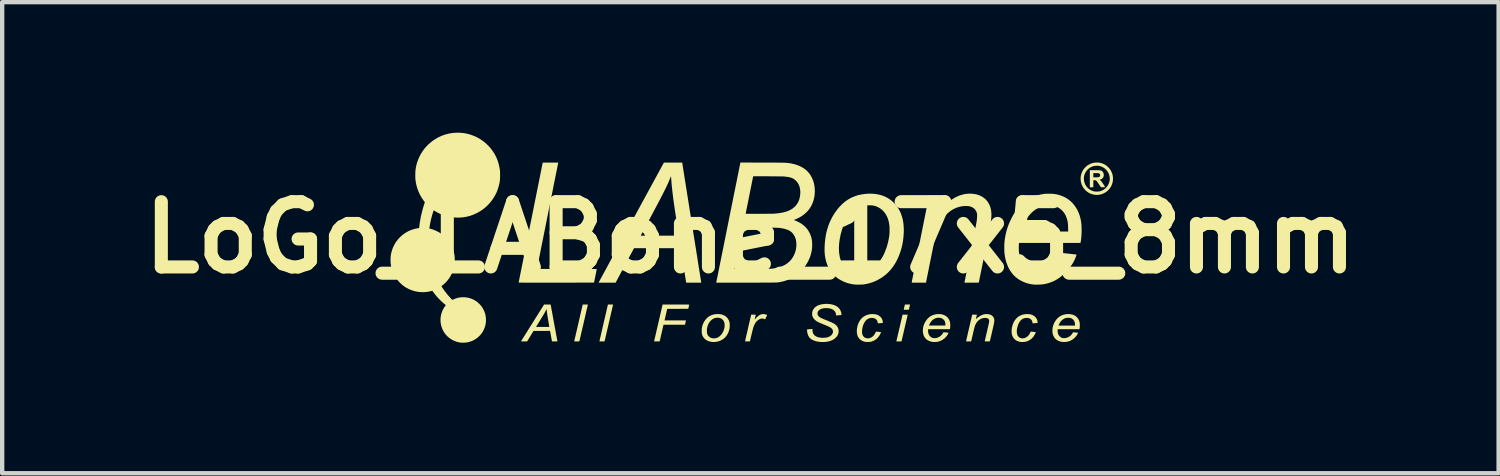
<source format=kicad_pcb>
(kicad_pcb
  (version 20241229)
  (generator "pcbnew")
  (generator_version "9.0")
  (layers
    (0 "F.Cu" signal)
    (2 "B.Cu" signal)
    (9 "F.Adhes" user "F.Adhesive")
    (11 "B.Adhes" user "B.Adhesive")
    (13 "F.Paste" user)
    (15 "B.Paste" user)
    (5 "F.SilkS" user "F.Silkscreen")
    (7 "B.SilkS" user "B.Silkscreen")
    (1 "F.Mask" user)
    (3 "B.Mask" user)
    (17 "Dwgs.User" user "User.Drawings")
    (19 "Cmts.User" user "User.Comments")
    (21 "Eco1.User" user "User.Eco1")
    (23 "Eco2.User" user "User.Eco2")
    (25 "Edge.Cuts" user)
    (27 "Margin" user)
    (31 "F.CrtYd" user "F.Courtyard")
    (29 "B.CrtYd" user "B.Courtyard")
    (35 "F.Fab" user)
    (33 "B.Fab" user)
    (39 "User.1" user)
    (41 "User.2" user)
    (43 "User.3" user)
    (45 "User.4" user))
  (footprint "LoGo_LABone_17x5_8mm"
    (layer "F.Cu")
    (at 14.193 2.406)
    (property "Reference" "LoGo_LABone_17x5_8mm" (at 0 0 0) (layer "F.SilkS") (effects (font (size 1.5 1.5) (thickness 0.3))))
    (attr board_only exclude_from_pos_files exclude_from_bom)
    (fp_poly (pts (xy 3.667 1.547) (xy 3.667 1.55) (xy 3.665 1.558) (xy 3.662 1.569) (xy 3.659 1.583) (xy 3.655 1.598) (xy 3.653 1.607) (xy 3.641 1.661) (xy 3.582 1.662) (xy 3.562 1.662) (xy 3.545 1.662) (xy 3.533 1.661) (xy 3.526 1.661) (xy 3.523 1.66) (xy 3.523 1.66) (xy 3.524 1.657) (xy 3.525 1.65) (xy 3.528 1.64) (xy 3.531 1.627) (xy 3.534 1.612) (xy 3.537 1.6) (xy 3.54 1.584) (xy 3.544 1.57) (xy 3.546 1.558) (xy 3.549 1.549) (xy 3.55 1.544) (xy 3.55 1.542) (xy 3.552 1.542) (xy 3.559 1.542) (xy 3.569 1.541) (xy 3.582 1.541) (xy 3.597 1.541) (xy 3.609 1.541) (xy 3.669 1.541)) (stroke (width 0) (type solid)) (fill yes) (layer "F.SilkS"))
    (fp_poly (pts (xy 3.613 1.783) (xy 3.612 1.786) (xy 3.61 1.794) (xy 3.608 1.806) (xy 3.604 1.821) (xy 3.6 1.84) (xy 3.595 1.862) (xy 3.589 1.886) (xy 3.583 1.913) (xy 3.576 1.942) (xy 3.569 1.972) (xy 3.562 2.003) (xy 3.554 2.035) (xy 3.547 2.068) (xy 3.539 2.101) (xy 3.532 2.133) (xy 3.524 2.165) (xy 3.517 2.197) (xy 3.51 2.227) (xy 3.504 2.255) (xy 3.497 2.282) (xy 3.492 2.306) (xy 3.487 2.327) (xy 3.482 2.346) (xy 3.479 2.361) (xy 3.476 2.373) (xy 3.474 2.381) (xy 3.474 2.384) (xy 3.474 2.384) (xy 3.472 2.389) (xy 3.413 2.389) (xy 3.397 2.389) (xy 3.382 2.389) (xy 3.37 2.389) (xy 3.361 2.389) (xy 3.355 2.389) (xy 3.354 2.389) (xy 3.354 2.386) (xy 3.356 2.379) (xy 3.358 2.368) (xy 3.362 2.354) (xy 3.366 2.335) (xy 3.371 2.313) (xy 3.377 2.288) (xy 3.383 2.261) (xy 3.39 2.231) (xy 3.398 2.198) (xy 3.406 2.164) (xy 3.414 2.128) (xy 3.423 2.091) (xy 3.425 2.082) (xy 3.496 1.775) (xy 3.555 1.774) (xy 3.615 1.774)) (stroke (width 0) (type solid)) (fill yes) (layer "F.SilkS"))
    (fp_poly (pts (xy -3.156 1.547) (xy -3.157 1.55) (xy -3.159 1.557) (xy -3.161 1.569) (xy -3.165 1.584) (xy -3.169 1.604) (xy -3.175 1.626) (xy -3.181 1.653) (xy -3.187 1.682) (xy -3.195 1.714) (xy -3.203 1.748) (xy -3.211 1.785) (xy -3.22 1.824) (xy -3.23 1.864) (xy -3.239 1.907) (xy -3.25 1.95) (xy -3.253 1.966) (xy -3.263 2.01) (xy -3.273 2.053) (xy -3.283 2.094) (xy -3.292 2.134) (xy -3.301 2.171) (xy -3.309 2.206) (xy -3.316 2.239) (xy -3.323 2.269) (xy -3.33 2.297) (xy -3.335 2.321) (xy -3.34 2.341) (xy -3.344 2.358) (xy -3.347 2.371) (xy -3.349 2.38) (xy -3.35 2.385) (xy -3.35 2.385) (xy -3.351 2.386) (xy -3.353 2.387) (xy -3.356 2.388) (xy -3.361 2.389) (xy -3.369 2.389) (xy -3.38 2.389) (xy -3.395 2.389) (xy -3.411 2.389) (xy -3.429 2.389) (xy -3.444 2.389) (xy -3.454 2.389) (xy -3.461 2.389) (xy -3.466 2.388) (xy -3.468 2.387) (xy -3.469 2.386) (xy -3.469 2.385) (xy -3.468 2.382) (xy -3.467 2.375) (xy -3.464 2.364) (xy -3.46 2.348) (xy -3.456 2.329) (xy -3.451 2.306) (xy -3.445 2.28) (xy -3.438 2.251) (xy -3.431 2.219) (xy -3.423 2.185) (xy -3.414 2.148) (xy -3.405 2.109) (xy -3.396 2.069) (xy -3.386 2.026) (xy -3.376 1.983) (xy -3.372 1.965) (xy -3.362 1.921) (xy -3.352 1.878) (xy -3.342 1.837) (xy -3.333 1.798) (xy -3.324 1.76) (xy -3.316 1.725) (xy -3.309 1.692) (xy -3.302 1.662) (xy -3.295 1.634) (xy -3.29 1.61) (xy -3.285 1.59) (xy -3.281 1.573) (xy -3.278 1.56) (xy -3.276 1.551) (xy -3.275 1.546) (xy -3.275 1.545) (xy -3.274 1.544) (xy -3.272 1.543) (xy -3.269 1.542) (xy -3.264 1.542) (xy -3.256 1.541) (xy -3.245 1.541) (xy -3.23 1.541) (xy -3.214 1.541) (xy -3.155 1.541)) (stroke (width 0) (type solid)) (fill yes) (layer "F.SilkS"))
    (fp_poly (pts (xy -3.775 1.541) (xy -3.761 1.541) (xy -3.75 1.541) (xy -3.743 1.542) (xy -3.738 1.542) (xy -3.736 1.543) (xy -3.735 1.544) (xy -3.735 1.545) (xy -3.736 1.548) (xy -3.737 1.555) (xy -3.74 1.567) (xy -3.744 1.582) (xy -3.748 1.602) (xy -3.753 1.624) (xy -3.76 1.65) (xy -3.766 1.68) (xy -3.774 1.711) (xy -3.782 1.746) (xy -3.79 1.783) (xy -3.799 1.821) (xy -3.808 1.862) (xy -3.818 1.904) (xy -3.828 1.948) (xy -3.832 1.965) (xy -3.842 2.009) (xy -3.852 2.052) (xy -3.862 2.093) (xy -3.871 2.133) (xy -3.88 2.17) (xy -3.888 2.206) (xy -3.895 2.239) (xy -3.902 2.269) (xy -3.909 2.296) (xy -3.914 2.32) (xy -3.919 2.341) (xy -3.923 2.358) (xy -3.926 2.371) (xy -3.928 2.38) (xy -3.929 2.384) (xy -3.93 2.385) (xy -3.93 2.386) (xy -3.932 2.387) (xy -3.935 2.388) (xy -3.94 2.389) (xy -3.948 2.389) (xy -3.96 2.389) (xy -3.975 2.389) (xy -3.99 2.389) (xy -4.009 2.389) (xy -4.023 2.389) (xy -4.033 2.389) (xy -4.04 2.389) (xy -4.045 2.388) (xy -4.047 2.387) (xy -4.048 2.386) (xy -4.048 2.385) (xy -4.048 2.382) (xy -4.046 2.375) (xy -4.043 2.364) (xy -4.04 2.348) (xy -4.035 2.329) (xy -4.03 2.306) (xy -4.024 2.28) (xy -4.017 2.251) (xy -4.01 2.219) (xy -4.002 2.185) (xy -3.993 2.148) (xy -3.984 2.109) (xy -3.975 2.069) (xy -3.965 2.026) (xy -3.955 1.983) (xy -3.951 1.965) (xy -3.941 1.921) (xy -3.931 1.878) (xy -3.921 1.837) (xy -3.912 1.798) (xy -3.904 1.76) (xy -3.895 1.725) (xy -3.888 1.692) (xy -3.881 1.662) (xy -3.875 1.634) (xy -3.869 1.61) (xy -3.864 1.59) (xy -3.86 1.573) (xy -3.857 1.559) (xy -3.855 1.551) (xy -3.854 1.546) (xy -3.854 1.545) (xy -3.853 1.544) (xy -3.851 1.543) (xy -3.848 1.542) (xy -3.843 1.542) (xy -3.835 1.541) (xy -3.824 1.541) (xy -3.809 1.541) (xy -3.793 1.541)) (stroke (width 0) (type solid)) (fill yes) (layer "F.SilkS"))
    (fp_poly (pts (xy 0.316 1.762) (xy 0.343 1.768) (xy 0.354 1.771) (xy 0.364 1.774) (xy 0.372 1.777) (xy 0.378 1.78) (xy 0.381 1.783) (xy 0.382 1.787) (xy 0.38 1.794) (xy 0.377 1.803) (xy 0.371 1.815) (xy 0.363 1.83) (xy 0.361 1.834) (xy 0.337 1.883) (xy 0.323 1.876) (xy 0.301 1.867) (xy 0.278 1.863) (xy 0.255 1.864) (xy 0.231 1.87) (xy 0.206 1.881) (xy 0.181 1.896) (xy 0.173 1.902) (xy 0.154 1.918) (xy 0.137 1.934) (xy 0.123 1.952) (xy 0.109 1.973) (xy 0.096 1.998) (xy 0.093 2.003) (xy 0.089 2.012) (xy 0.085 2.02) (xy 0.081 2.03) (xy 0.077 2.039) (xy 0.074 2.05) (xy 0.07 2.061) (xy 0.066 2.074) (xy 0.061 2.089) (xy 0.057 2.106) (xy 0.052 2.125) (xy 0.046 2.147) (xy 0.04 2.172) (xy 0.033 2.2) (xy 0.026 2.232) (xy 0.017 2.268) (xy 0.008 2.307) (xy -0.000352 2.344) (xy -0.011 2.389) (xy -0.067 2.389) (xy -0.083 2.389) (xy -0.097 2.389) (xy -0.109 2.389) (xy -0.118 2.388) (xy -0.123 2.388) (xy -0.124 2.387) (xy -0.123 2.385) (xy -0.121 2.378) (xy -0.119 2.367) (xy -0.115 2.352) (xy -0.111 2.333) (xy -0.106 2.311) (xy -0.1 2.286) (xy -0.094 2.258) (xy -0.087 2.228) (xy -0.079 2.196) (xy -0.071 2.161) (xy -0.063 2.126) (xy -0.054 2.088) (xy -0.053 2.08) (xy 0.018 1.775) (xy 0.071 1.774) (xy 0.086 1.774) (xy 0.1 1.774) (xy 0.111 1.774) (xy 0.119 1.774) (xy 0.123 1.774) (xy 0.124 1.775) (xy 0.123 1.777) (xy 0.122 1.784) (xy 0.119 1.794) (xy 0.116 1.806) (xy 0.113 1.821) (xy 0.11 1.832) (xy 0.107 1.848) (xy 0.104 1.862) (xy 0.101 1.874) (xy 0.099 1.883) (xy 0.098 1.888) (xy 0.098 1.89) (xy 0.1 1.888) (xy 0.104 1.884) (xy 0.109 1.877) (xy 0.113 1.873) (xy 0.131 1.851) (xy 0.151 1.831) (xy 0.171 1.813) (xy 0.19 1.798) (xy 0.209 1.786) (xy 0.217 1.781) (xy 0.243 1.77) (xy 0.267 1.763) (xy 0.292 1.761)) (stroke (width 0) (type solid)) (fill yes) (layer "F.SilkS"))
    (fp_poly (pts (xy 7.914 -1.545) (xy 7.942 -1.545) (xy 7.966 -1.545) (xy 7.986 -1.544) (xy 8.003 -1.544) (xy 8.016 -1.543) (xy 8.028 -1.542) (xy 8.037 -1.541) (xy 8.045 -1.54) (xy 8.051 -1.538) (xy 8.057 -1.536) (xy 8.063 -1.533) (xy 8.069 -1.531) (xy 8.085 -1.52) (xy 8.098 -1.505) (xy 8.109 -1.488) (xy 8.116 -1.468) (xy 8.12 -1.446) (xy 8.12 -1.436) (xy 8.118 -1.412) (xy 8.112 -1.39) (xy 8.102 -1.372) (xy 8.088 -1.356) (xy 8.071 -1.343) (xy 8.05 -1.334) (xy 8.037 -1.33) (xy 8.03 -1.328) (xy 8.025 -1.326) (xy 8.023 -1.325) (xy 8.025 -1.323) (xy 8.029 -1.321) (xy 8.035 -1.317) (xy 8.043 -1.31) (xy 8.053 -1.301) (xy 8.062 -1.292) (xy 8.071 -1.281) (xy 8.076 -1.275) (xy 8.08 -1.269) (xy 8.086 -1.26) (xy 8.094 -1.249) (xy 8.102 -1.236) (xy 8.111 -1.223) (xy 8.119 -1.209) (xy 8.128 -1.195) (xy 8.136 -1.183) (xy 8.142 -1.172) (xy 8.147 -1.163) (xy 8.151 -1.158) (xy 8.152 -1.155) (xy 8.149 -1.155) (xy 8.143 -1.154) (xy 8.133 -1.154) (xy 8.121 -1.154) (xy 8.106 -1.153) (xy 8.104 -1.153) (xy 8.056 -1.153) (xy 8.013 -1.217) (xy 7.998 -1.239) (xy 7.985 -1.258) (xy 7.975 -1.273) (xy 7.965 -1.285) (xy 7.957 -1.295) (xy 7.95 -1.302) (xy 7.943 -1.307) (xy 7.936 -1.311) (xy 7.929 -1.313) (xy 7.921 -1.314) (xy 7.912 -1.315) (xy 7.905 -1.315) (xy 7.88 -1.316) (xy 7.88 -1.235) (xy 7.88 -1.153) (xy 7.84 -1.153) (xy 7.8 -1.153) (xy 7.8 -1.35) (xy 7.8 -1.479) (xy 7.88 -1.479) (xy 7.88 -1.43) (xy 7.88 -1.381) (xy 7.928 -1.381) (xy 7.944 -1.381) (xy 7.96 -1.382) (xy 7.974 -1.382) (xy 7.985 -1.383) (xy 7.993 -1.384) (xy 8.007 -1.387) (xy 8.018 -1.392) (xy 8.026 -1.399) (xy 8.03 -1.405) (xy 8.035 -1.417) (xy 8.037 -1.428) (xy 8.036 -1.438) (xy 8.032 -1.452) (xy 8.024 -1.463) (xy 8.013 -1.471) (xy 8.01 -1.473) (xy 8.007 -1.474) (xy 8.003 -1.475) (xy 7.998 -1.476) (xy 7.991 -1.477) (xy 7.981 -1.477) (xy 7.968 -1.477) (xy 7.952 -1.478) (xy 7.941 -1.478) (xy 7.88 -1.479) (xy 7.8 -1.479) (xy 7.8 -1.546)) (stroke (width 0) (type solid)) (fill yes) (layer "F.SilkS"))
    (fp_poly (pts (xy -1.672 1.541) (xy -1.634 1.541) (xy -1.598 1.541) (xy -1.564 1.541) (xy -1.533 1.542) (xy -1.504 1.542) (xy -1.479 1.542) (xy -1.457 1.542) (xy -1.438 1.542) (xy -1.424 1.543) (xy -1.413 1.543) (xy -1.407 1.543) (xy -1.405 1.543) (xy -1.406 1.546) (xy -1.407 1.553) (xy -1.41 1.563) (xy -1.413 1.576) (xy -1.416 1.59) (xy -1.416 1.592) (xy -1.42 1.606) (xy -1.423 1.619) (xy -1.425 1.629) (xy -1.427 1.636) (xy -1.427 1.639) (xy -1.427 1.64) (xy -1.43 1.64) (xy -1.437 1.64) (xy -1.448 1.64) (xy -1.463 1.64) (xy -1.481 1.64) (xy -1.503 1.64) (xy -1.527 1.64) (xy -1.555 1.64) (xy -1.584 1.64) (xy -1.616 1.64) (xy -1.648 1.641) (xy -1.67 1.641) (xy -1.912 1.641) (xy -1.913 1.646) (xy -1.915 1.654) (xy -1.918 1.666) (xy -1.921 1.681) (xy -1.925 1.698) (xy -1.93 1.717) (xy -1.934 1.737) (xy -1.939 1.759) (xy -1.944 1.78) (xy -1.949 1.802) (xy -1.954 1.823) (xy -1.958 1.842) (xy -1.962 1.86) (xy -1.966 1.876) (xy -1.969 1.888) (xy -1.971 1.898) (xy -1.972 1.904) (xy -1.972 1.905) (xy -1.97 1.905) (xy -1.963 1.906) (xy -1.952 1.906) (xy -1.937 1.906) (xy -1.919 1.906) (xy -1.897 1.907) (xy -1.872 1.907) (xy -1.845 1.907) (xy -1.815 1.907) (xy -1.784 1.907) (xy -1.751 1.907) (xy -1.726 1.907) (xy -1.48 1.907) (xy -1.481 1.913) (xy -1.482 1.917) (xy -1.484 1.924) (xy -1.487 1.935) (xy -1.49 1.948) (xy -1.493 1.962) (xy -1.503 2.006) (xy -1.75 2.006) (xy -1.996 2.006) (xy -2.004 2.037) (xy -2.005 2.045) (xy -2.008 2.057) (xy -2.012 2.073) (xy -2.016 2.092) (xy -2.021 2.113) (xy -2.027 2.137) (xy -2.033 2.163) (xy -2.039 2.19) (xy -2.045 2.218) (xy -2.048 2.229) (xy -2.085 2.389) (xy -2.149 2.389) (xy -2.213 2.389) (xy -2.212 2.383) (xy -2.211 2.38) (xy -2.209 2.373) (xy -2.207 2.361) (xy -2.203 2.345) (xy -2.199 2.326) (xy -2.193 2.303) (xy -2.187 2.277) (xy -2.181 2.248) (xy -2.173 2.215) (xy -2.165 2.181) (xy -2.157 2.144) (xy -2.148 2.105) (xy -2.138 2.064) (xy -2.129 2.022) (xy -2.118 1.978) (xy -2.114 1.959) (xy -2.017 1.541) (xy -1.711 1.541)) (stroke (width 0) (type solid)) (fill yes) (layer "F.SilkS"))
    (fp_poly (pts (xy 7.988 -1.721) (xy 8.029 -1.716) (xy 8.069 -1.706) (xy 8.109 -1.691) (xy 8.137 -1.678) (xy 8.17 -1.658) (xy 8.201 -1.634) (xy 8.23 -1.606) (xy 8.256 -1.576) (xy 8.278 -1.544) (xy 8.297 -1.508) (xy 8.312 -1.472) (xy 8.323 -1.434) (xy 8.329 -1.394) (xy 8.331 -1.378) (xy 8.332 -1.335) (xy 8.328 -1.294) (xy 8.319 -1.253) (xy 8.306 -1.213) (xy 8.289 -1.176) (xy 8.268 -1.14) (xy 8.242 -1.107) (xy 8.223 -1.087) (xy 8.191 -1.058) (xy 8.157 -1.034) (xy 8.12 -1.014) (xy 8.081 -0.998) (xy 8.04 -0.986) (xy 8.034 -0.985) (xy 8.027 -0.984) (xy 8.017 -0.982) (xy 8.005 -0.981) (xy 7.992 -0.98) (xy 7.98 -0.978) (xy 7.969 -0.977) (xy 7.961 -0.977) (xy 7.956 -0.977) (xy 7.955 -0.977) (xy 7.953 -0.977) (xy 7.946 -0.978) (xy 7.937 -0.979) (xy 7.929 -0.979) (xy 7.888 -0.985) (xy 7.848 -0.995) (xy 7.81 -1.009) (xy 7.774 -1.027) (xy 7.74 -1.049) (xy 7.709 -1.074) (xy 7.681 -1.103) (xy 7.656 -1.135) (xy 7.634 -1.17) (xy 7.616 -1.207) (xy 7.603 -1.246) (xy 7.599 -1.259) (xy 7.591 -1.3) (xy 7.588 -1.342) (xy 7.588 -1.362) (xy 7.663 -1.362) (xy 7.664 -1.324) (xy 7.669 -1.288) (xy 7.679 -1.253) (xy 7.692 -1.22) (xy 7.71 -1.189) (xy 7.731 -1.161) (xy 7.755 -1.135) (xy 7.782 -1.112) (xy 7.812 -1.092) (xy 7.845 -1.075) (xy 7.879 -1.063) (xy 7.914 -1.055) (xy 7.929 -1.054) (xy 7.947 -1.053) (xy 7.967 -1.053) (xy 7.987 -1.054) (xy 8.004 -1.055) (xy 8.018 -1.058) (xy 8.055 -1.068) (xy 8.089 -1.082) (xy 8.121 -1.1) (xy 8.151 -1.122) (xy 8.169 -1.139) (xy 8.194 -1.167) (xy 8.215 -1.198) (xy 8.232 -1.231) (xy 8.245 -1.265) (xy 8.254 -1.3) (xy 8.258 -1.337) (xy 8.257 -1.374) (xy 8.255 -1.392) (xy 8.247 -1.429) (xy 8.235 -1.464) (xy 8.219 -1.496) (xy 8.199 -1.526) (xy 8.176 -1.554) (xy 8.151 -1.578) (xy 8.122 -1.599) (xy 8.091 -1.617) (xy 8.058 -1.631) (xy 8.024 -1.641) (xy 7.987 -1.647) (xy 7.961 -1.648) (xy 7.922 -1.645) (xy 7.886 -1.639) (xy 7.85 -1.627) (xy 7.817 -1.611) (xy 7.786 -1.591) (xy 7.756 -1.566) (xy 7.755 -1.564) (xy 7.728 -1.536) (xy 7.706 -1.506) (xy 7.689 -1.474) (xy 7.676 -1.44) (xy 7.667 -1.404) (xy 7.663 -1.366) (xy 7.663 -1.362) (xy 7.588 -1.362) (xy 7.589 -1.384) (xy 7.595 -1.425) (xy 7.606 -1.465) (xy 7.621 -1.504) (xy 7.641 -1.543) (xy 7.653 -1.561) (xy 7.665 -1.577) (xy 7.68 -1.594) (xy 7.697 -1.612) (xy 7.715 -1.629) (xy 7.732 -1.645) (xy 7.748 -1.657) (xy 7.749 -1.657) (xy 7.787 -1.679) (xy 7.825 -1.697) (xy 7.865 -1.71) (xy 7.906 -1.718) (xy 7.947 -1.722)) (stroke (width 0) (type solid)) (fill yes) (layer "F.SilkS"))
    (fp_poly (pts (xy 6.408 1.763) (xy 6.443 1.77) (xy 6.475 1.78) (xy 6.504 1.794) (xy 6.53 1.812) (xy 6.55 1.831) (xy 6.567 1.853) (xy 6.581 1.876) (xy 6.591 1.902) (xy 6.597 1.927) (xy 6.598 1.949) (xy 6.598 1.965) (xy 6.591 1.966) (xy 6.586 1.967) (xy 6.577 1.967) (xy 6.566 1.968) (xy 6.553 1.969) (xy 6.539 1.97) (xy 6.524 1.971) (xy 6.511 1.971) (xy 6.5 1.972) (xy 6.491 1.972) (xy 6.488 1.972) (xy 6.484 1.972) (xy 6.483 1.97) (xy 6.482 1.964) (xy 6.482 1.961) (xy 6.48 1.94) (xy 6.473 1.919) (xy 6.461 1.9) (xy 6.449 1.886) (xy 6.432 1.871) (xy 6.412 1.86) (xy 6.389 1.853) (xy 6.364 1.85) (xy 6.34 1.85) (xy 6.309 1.853) (xy 6.28 1.861) (xy 6.253 1.874) (xy 6.229 1.89) (xy 6.207 1.911) (xy 6.187 1.936) (xy 6.17 1.965) (xy 6.155 1.999) (xy 6.148 2.016) (xy 6.137 2.054) (xy 6.128 2.09) (xy 6.123 2.124) (xy 6.121 2.158) (xy 6.123 2.188) (xy 6.127 2.217) (xy 6.135 2.242) (xy 6.139 2.252) (xy 6.15 2.269) (xy 6.164 2.284) (xy 6.181 2.298) (xy 6.2 2.309) (xy 6.219 2.316) (xy 6.223 2.317) (xy 6.238 2.319) (xy 6.256 2.319) (xy 6.274 2.317) (xy 6.292 2.315) (xy 6.305 2.311) (xy 6.328 2.301) (xy 6.352 2.286) (xy 6.374 2.269) (xy 6.393 2.249) (xy 6.403 2.235) (xy 6.411 2.224) (xy 6.419 2.21) (xy 6.427 2.194) (xy 6.434 2.179) (xy 6.437 2.173) (xy 6.441 2.163) (xy 6.454 2.165) (xy 6.46 2.165) (xy 6.47 2.166) (xy 6.483 2.168) (xy 6.498 2.169) (xy 6.512 2.17) (xy 6.527 2.172) (xy 6.539 2.173) (xy 6.549 2.174) (xy 6.556 2.174) (xy 6.559 2.175) (xy 6.559 2.175) (xy 6.558 2.177) (xy 6.556 2.183) (xy 6.553 2.191) (xy 6.552 2.194) (xy 6.533 2.233) (xy 6.511 2.269) (xy 6.487 2.3) (xy 6.46 2.327) (xy 6.43 2.35) (xy 6.399 2.369) (xy 6.364 2.384) (xy 6.328 2.395) (xy 6.313 2.398) (xy 6.301 2.399) (xy 6.287 2.401) (xy 6.271 2.402) (xy 6.255 2.403) (xy 6.24 2.403) (xy 6.227 2.403) (xy 6.219 2.402) (xy 6.183 2.396) (xy 6.15 2.387) (xy 6.119 2.373) (xy 6.092 2.356) (xy 6.068 2.336) (xy 6.048 2.313) (xy 6.031 2.287) (xy 6.018 2.257) (xy 6.009 2.225) (xy 6.006 2.211) (xy 6.003 2.186) (xy 6.002 2.158) (xy 6.003 2.128) (xy 6.006 2.098) (xy 6.01 2.069) (xy 6.016 2.044) (xy 6.029 2) (xy 6.046 1.959) (xy 6.065 1.922) (xy 6.088 1.889) (xy 6.113 1.859) (xy 6.116 1.856) (xy 6.145 1.83) (xy 6.177 1.808) (xy 6.21 1.791) (xy 6.246 1.777) (xy 6.285 1.768) (xy 6.327 1.762) (xy 6.33 1.762) (xy 6.371 1.761)) (stroke (width 0) (type solid)) (fill yes) (layer "F.SilkS"))
    (fp_poly (pts (xy -4.589 1.548) (xy -4.588 1.551) (xy -4.587 1.558) (xy -4.584 1.57) (xy -4.581 1.586) (xy -4.578 1.606) (xy -4.574 1.629) (xy -4.569 1.655) (xy -4.563 1.685) (xy -4.557 1.717) (xy -4.551 1.752) (xy -4.544 1.789) (xy -4.537 1.828) (xy -4.53 1.869) (xy -4.522 1.912) (xy -4.514 1.955) (xy -4.512 1.966) (xy -4.504 2.01) (xy -4.496 2.053) (xy -4.488 2.095) (xy -4.481 2.134) (xy -4.474 2.172) (xy -4.468 2.207) (xy -4.462 2.24) (xy -4.456 2.27) (xy -4.451 2.297) (xy -4.447 2.321) (xy -4.443 2.341) (xy -4.44 2.358) (xy -4.438 2.371) (xy -4.436 2.379) (xy -4.435 2.384) (xy -4.435 2.384) (xy -4.434 2.389) (xy -4.497 2.389) (xy -4.559 2.388) (xy -4.58 2.277) (xy -4.584 2.254) (xy -4.588 2.232) (xy -4.592 2.212) (xy -4.595 2.194) (xy -4.598 2.179) (xy -4.6 2.167) (xy -4.602 2.159) (xy -4.603 2.156) (xy -4.604 2.147) (xy -4.793 2.148) (xy -4.983 2.148) (xy -5.057 2.269) (xy -5.131 2.389) (xy -5.201 2.389) (xy -5.219 2.389) (xy -5.235 2.389) (xy -5.249 2.389) (xy -5.26 2.388) (xy -5.267 2.388) (xy -5.27 2.387) (xy -5.27 2.387) (xy -5.269 2.385) (xy -5.265 2.379) (xy -5.259 2.369) (xy -5.251 2.356) (xy -5.241 2.339) (xy -5.228 2.319) (xy -5.214 2.296) (xy -5.198 2.271) (xy -5.181 2.243) (xy -5.162 2.212) (xy -5.141 2.18) (xy -5.119 2.145) (xy -5.097 2.109) (xy -5.073 2.071) (xy -5.064 2.057) (xy -4.927 2.057) (xy -4.774 2.057) (xy -4.742 2.057) (xy -4.715 2.057) (xy -4.692 2.057) (xy -4.673 2.057) (xy -4.657 2.057) (xy -4.645 2.057) (xy -4.636 2.056) (xy -4.629 2.056) (xy -4.624 2.055) (xy -4.622 2.055) (xy -4.621 2.054) (xy -4.621 2.054) (xy -4.621 2.051) (xy -4.623 2.044) (xy -4.624 2.033) (xy -4.627 2.018) (xy -4.63 2.001) (xy -4.633 1.981) (xy -4.637 1.959) (xy -4.641 1.936) (xy -4.641 1.932) (xy -4.649 1.889) (xy -4.655 1.849) (xy -4.661 1.811) (xy -4.667 1.776) (xy -4.671 1.745) (xy -4.675 1.717) (xy -4.678 1.693) (xy -4.68 1.672) (xy -4.681 1.656) (xy -4.682 1.647) (xy -4.683 1.648) (xy -4.686 1.652) (xy -4.69 1.659) (xy -4.696 1.67) (xy -4.703 1.682) (xy -4.707 1.69) (xy -4.715 1.706) (xy -4.724 1.723) (xy -4.733 1.739) (xy -4.741 1.754) (xy -4.748 1.765) (xy -4.748 1.767) (xy -4.752 1.773) (xy -4.758 1.782) (xy -4.765 1.795) (xy -4.775 1.81) (xy -4.785 1.827) (xy -4.797 1.846) (xy -4.809 1.866) (xy -4.822 1.888) (xy -4.835 1.909) (xy -4.849 1.931) (xy -4.862 1.952) (xy -4.874 1.972) (xy -4.886 1.991) (xy -4.896 2.008) (xy -4.906 2.023) (xy -4.913 2.035) (xy -4.919 2.045) (xy -4.922 2.05) (xy -4.923 2.052) (xy -4.927 2.057) (xy -5.064 2.057) (xy -5.048 2.031) (xy -5.022 1.991) (xy -5.006 1.964) (xy -4.741 1.542) (xy -4.665 1.542) (xy -4.59 1.541)) (stroke (width 0) (type solid)) (fill yes) (layer "F.SilkS"))
    (fp_poly (pts (xy 2.85 1.763) (xy 2.883 1.769) (xy 2.913 1.778) (xy 2.92 1.78) (xy 2.943 1.791) (xy 2.965 1.806) (xy 2.985 1.822) (xy 3.003 1.84) (xy 3.015 1.858) (xy 3.025 1.876) (xy 3.033 1.897) (xy 3.039 1.919) (xy 3.043 1.94) (xy 3.044 1.956) (xy 3.043 1.962) (xy 3.042 1.964) (xy 3.037 1.966) (xy 3.033 1.966) (xy 3.028 1.967) (xy 3.018 1.967) (xy 3.006 1.968) (xy 2.992 1.969) (xy 2.978 1.97) (xy 2.964 1.971) (xy 2.951 1.972) (xy 2.941 1.972) (xy 2.935 1.972) (xy 2.934 1.972) (xy 2.931 1.972) (xy 2.929 1.971) (xy 2.928 1.967) (xy 2.926 1.959) (xy 2.925 1.953) (xy 2.92 1.929) (xy 2.91 1.908) (xy 2.897 1.89) (xy 2.88 1.875) (xy 2.86 1.863) (xy 2.838 1.855) (xy 2.812 1.85) (xy 2.793 1.849) (xy 2.773 1.85) (xy 2.752 1.853) (xy 2.732 1.858) (xy 2.715 1.865) (xy 2.714 1.865) (xy 2.688 1.879) (xy 2.665 1.896) (xy 2.645 1.918) (xy 2.627 1.943) (xy 2.61 1.972) (xy 2.596 2.005) (xy 2.589 2.025) (xy 2.579 2.058) (xy 2.572 2.092) (xy 2.567 2.124) (xy 2.565 2.155) (xy 2.566 2.184) (xy 2.569 2.21) (xy 2.575 2.234) (xy 2.584 2.254) (xy 2.588 2.261) (xy 2.597 2.272) (xy 2.608 2.284) (xy 2.62 2.295) (xy 2.632 2.303) (xy 2.636 2.305) (xy 2.658 2.314) (xy 2.682 2.318) (xy 2.707 2.319) (xy 2.732 2.315) (xy 2.756 2.308) (xy 2.774 2.3) (xy 2.797 2.286) (xy 2.817 2.27) (xy 2.835 2.251) (xy 2.851 2.23) (xy 2.865 2.204) (xy 2.872 2.191) (xy 2.877 2.181) (xy 2.881 2.172) (xy 2.884 2.167) (xy 2.885 2.164) (xy 2.888 2.164) (xy 2.894 2.165) (xy 2.904 2.165) (xy 2.916 2.166) (xy 2.93 2.168) (xy 2.944 2.169) (xy 2.959 2.171) (xy 2.972 2.172) (xy 2.984 2.174) (xy 2.994 2.175) (xy 3 2.176) (xy 3.002 2.176) (xy 3.002 2.177) (xy 3.001 2.18) (xy 2.998 2.188) (xy 2.994 2.198) (xy 2.989 2.209) (xy 2.983 2.221) (xy 2.977 2.232) (xy 2.971 2.243) (xy 2.967 2.25) (xy 2.945 2.283) (xy 2.919 2.312) (xy 2.891 2.338) (xy 2.86 2.359) (xy 2.827 2.376) (xy 2.791 2.39) (xy 2.757 2.398) (xy 2.743 2.4) (xy 2.725 2.401) (xy 2.705 2.402) (xy 2.686 2.403) (xy 2.668 2.402) (xy 2.656 2.401) (xy 2.622 2.395) (xy 2.59 2.385) (xy 2.56 2.371) (xy 2.533 2.354) (xy 2.51 2.334) (xy 2.49 2.311) (xy 2.474 2.286) (xy 2.47 2.279) (xy 2.459 2.25) (xy 2.451 2.219) (xy 2.447 2.185) (xy 2.445 2.149) (xy 2.448 2.112) (xy 2.453 2.073) (xy 2.462 2.035) (xy 2.469 2.01) (xy 2.485 1.968) (xy 2.504 1.93) (xy 2.526 1.895) (xy 2.551 1.865) (xy 2.578 1.838) (xy 2.609 1.816) (xy 2.642 1.797) (xy 2.679 1.781) (xy 2.679 1.781) (xy 2.711 1.772) (xy 2.746 1.765) (xy 2.781 1.761) (xy 2.816 1.761)) (stroke (width 0) (type solid)) (fill yes) (layer "F.SilkS"))
    (fp_poly (pts (xy 7.332 1.762) (xy 7.37 1.767) (xy 7.405 1.775) (xy 7.437 1.788) (xy 7.465 1.803) (xy 7.491 1.823) (xy 7.514 1.845) (xy 7.532 1.871) (xy 7.548 1.899) (xy 7.559 1.931) (xy 7.567 1.965) (xy 7.568 1.973) (xy 7.569 1.989) (xy 7.57 2.008) (xy 7.569 2.029) (xy 7.569 2.05) (xy 7.567 2.07) (xy 7.565 2.088) (xy 7.565 2.088) (xy 7.562 2.108) (xy 7.312 2.108) (xy 7.062 2.108) (xy 7.06 2.12) (xy 7.059 2.131) (xy 7.059 2.145) (xy 7.06 2.161) (xy 7.062 2.178) (xy 7.064 2.192) (xy 7.066 2.201) (xy 7.072 2.222) (xy 7.08 2.239) (xy 7.091 2.255) (xy 7.105 2.271) (xy 7.106 2.272) (xy 7.125 2.288) (xy 7.144 2.301) (xy 7.164 2.309) (xy 7.187 2.313) (xy 7.21 2.314) (xy 7.24 2.312) (xy 7.27 2.305) (xy 7.298 2.294) (xy 7.326 2.279) (xy 7.351 2.261) (xy 7.373 2.239) (xy 7.393 2.215) (xy 7.405 2.195) (xy 7.414 2.178) (xy 7.425 2.179) (xy 7.431 2.18) (xy 7.44 2.181) (xy 7.453 2.182) (xy 7.467 2.184) (xy 7.482 2.185) (xy 7.501 2.187) (xy 7.515 2.188) (xy 7.524 2.19) (xy 7.528 2.191) (xy 7.529 2.192) (xy 7.528 2.196) (xy 7.524 2.204) (xy 7.519 2.214) (xy 7.513 2.226) (xy 7.507 2.237) (xy 7.5 2.248) (xy 7.494 2.258) (xy 7.49 2.262) (xy 7.479 2.277) (xy 7.464 2.293) (xy 7.448 2.309) (xy 7.431 2.324) (xy 7.414 2.337) (xy 7.409 2.341) (xy 7.376 2.362) (xy 7.343 2.378) (xy 7.307 2.39) (xy 7.27 2.398) (xy 7.229 2.402) (xy 7.22 2.403) (xy 7.206 2.403) (xy 7.191 2.403) (xy 7.178 2.402) (xy 7.168 2.401) (xy 7.167 2.401) (xy 7.139 2.396) (xy 7.11 2.388) (xy 7.082 2.378) (xy 7.057 2.366) (xy 7.043 2.357) (xy 7.031 2.348) (xy 7.018 2.337) (xy 7.005 2.325) (xy 6.994 2.313) (xy 6.987 2.304) (xy 6.974 2.283) (xy 6.962 2.258) (xy 6.952 2.232) (xy 6.945 2.204) (xy 6.944 2.196) (xy 6.942 2.178) (xy 6.94 2.157) (xy 6.94 2.134) (xy 6.941 2.111) (xy 6.943 2.09) (xy 6.946 2.07) (xy 6.947 2.063) (xy 6.957 2.026) (xy 7.081 2.026) (xy 7.27 2.026) (xy 7.459 2.026) (xy 7.458 1.995) (xy 7.456 1.968) (xy 7.451 1.945) (xy 7.443 1.925) (xy 7.433 1.907) (xy 7.42 1.892) (xy 7.4 1.874) (xy 7.379 1.86) (xy 7.358 1.852) (xy 7.35 1.849) (xy 7.342 1.848) (xy 7.334 1.846) (xy 7.325 1.846) (xy 7.313 1.846) (xy 7.305 1.846) (xy 7.283 1.846) (xy 7.264 1.848) (xy 7.247 1.852) (xy 7.229 1.858) (xy 7.212 1.866) (xy 7.183 1.882) (xy 7.157 1.903) (xy 7.134 1.927) (xy 7.114 1.955) (xy 7.096 1.987) (xy 7.086 2.011) (xy 7.081 2.026) (xy 6.957 2.026) (xy 6.958 2.024) (xy 6.972 1.985) (xy 6.99 1.948) (xy 7.011 1.914) (xy 7.034 1.882) (xy 7.055 1.86) (xy 7.085 1.833) (xy 7.117 1.811) (xy 7.152 1.792) (xy 7.189 1.778) (xy 7.228 1.768) (xy 7.269 1.762) (xy 7.311 1.761)) (stroke (width 0) (type solid)) (fill yes) (layer "F.SilkS"))
    (fp_poly (pts (xy 4.351 1.762) (xy 4.372 1.763) (xy 4.387 1.765) (xy 4.423 1.774) (xy 4.455 1.786) (xy 4.485 1.801) (xy 4.511 1.82) (xy 4.534 1.842) (xy 4.554 1.868) (xy 4.569 1.896) (xy 4.581 1.928) (xy 4.589 1.961) (xy 4.59 1.964) (xy 4.591 1.979) (xy 4.592 1.998) (xy 4.593 2.018) (xy 4.592 2.039) (xy 4.591 2.06) (xy 4.589 2.079) (xy 4.587 2.095) (xy 4.585 2.103) (xy 4.584 2.108) (xy 4.334 2.108) (xy 4.084 2.108) (xy 4.082 2.126) (xy 4.082 2.141) (xy 4.083 2.159) (xy 4.085 2.178) (xy 4.088 2.196) (xy 4.089 2.204) (xy 4.098 2.228) (xy 4.111 2.251) (xy 4.127 2.271) (xy 4.146 2.287) (xy 4.168 2.301) (xy 4.191 2.31) (xy 4.194 2.311) (xy 4.208 2.313) (xy 4.225 2.314) (xy 4.244 2.314) (xy 4.262 2.312) (xy 4.277 2.31) (xy 4.31 2.299) (xy 4.34 2.284) (xy 4.368 2.265) (xy 4.392 2.243) (xy 4.413 2.218) (xy 4.425 2.2) (xy 4.43 2.191) (xy 4.434 2.184) (xy 4.437 2.18) (xy 4.438 2.178) (xy 4.457 2.18) (xy 4.475 2.182) (xy 4.493 2.184) (xy 4.509 2.185) (xy 4.523 2.186) (xy 4.534 2.187) (xy 4.542 2.188) (xy 4.545 2.188) (xy 4.549 2.189) (xy 4.55 2.191) (xy 4.55 2.196) (xy 4.547 2.204) (xy 4.542 2.215) (xy 4.54 2.219) (xy 4.526 2.245) (xy 4.508 2.269) (xy 4.487 2.293) (xy 4.482 2.299) (xy 4.451 2.327) (xy 4.419 2.35) (xy 4.385 2.369) (xy 4.35 2.384) (xy 4.315 2.394) (xy 4.291 2.399) (xy 4.265 2.402) (xy 4.239 2.403) (xy 4.214 2.403) (xy 4.202 2.402) (xy 4.164 2.397) (xy 4.129 2.387) (xy 4.097 2.374) (xy 4.067 2.358) (xy 4.041 2.338) (xy 4.036 2.333) (xy 4.015 2.31) (xy 3.997 2.284) (xy 3.983 2.255) (xy 3.973 2.224) (xy 3.966 2.19) (xy 3.963 2.154) (xy 3.963 2.128) (xy 3.966 2.09) (xy 3.972 2.054) (xy 3.981 2.024) (xy 4.105 2.024) (xy 4.107 2.024) (xy 4.114 2.025) (xy 4.125 2.025) (xy 4.14 2.025) (xy 4.158 2.025) (xy 4.179 2.025) (xy 4.203 2.025) (xy 4.229 2.025) (xy 4.256 2.025) (xy 4.286 2.025) (xy 4.293 2.025) (xy 4.482 2.025) (xy 4.481 2) (xy 4.479 1.971) (xy 4.474 1.945) (xy 4.465 1.923) (xy 4.453 1.903) (xy 4.439 1.888) (xy 4.421 1.872) (xy 4.4 1.86) (xy 4.377 1.851) (xy 4.351 1.846) (xy 4.338 1.845) (xy 4.307 1.845) (xy 4.277 1.85) (xy 4.248 1.86) (xy 4.22 1.873) (xy 4.194 1.891) (xy 4.171 1.912) (xy 4.15 1.936) (xy 4.132 1.964) (xy 4.127 1.972) (xy 4.121 1.984) (xy 4.115 1.996) (xy 4.111 2.007) (xy 4.107 2.016) (xy 4.105 2.022) (xy 4.105 2.024) (xy 3.981 2.024) (xy 3.982 2.019) (xy 3.996 1.984) (xy 4.003 1.968) (xy 4.024 1.929) (xy 4.048 1.895) (xy 4.074 1.864) (xy 4.102 1.837) (xy 4.134 1.814) (xy 4.163 1.798) (xy 4.182 1.789) (xy 4.205 1.781) (xy 4.229 1.773) (xy 4.251 1.768) (xy 4.264 1.765) (xy 4.283 1.763) (xy 4.304 1.762) (xy 4.328 1.761)) (stroke (width 0) (type solid)) (fill yes) (layer "F.SilkS"))
    (fp_poly (pts (xy -0.728 1.761) (xy -0.706 1.763) (xy -0.687 1.765) (xy -0.651 1.773) (xy -0.619 1.785) (xy -0.588 1.8) (xy -0.561 1.819) (xy -0.538 1.841) (xy -0.517 1.866) (xy -0.501 1.894) (xy -0.488 1.925) (xy -0.479 1.958) (xy -0.477 1.97) (xy -0.476 1.984) (xy -0.475 2.002) (xy -0.475 2.022) (xy -0.476 2.043) (xy -0.477 2.064) (xy -0.479 2.083) (xy -0.481 2.099) (xy -0.482 2.104) (xy -0.494 2.149) (xy -0.51 2.191) (xy -0.53 2.23) (xy -0.542 2.25) (xy -0.556 2.268) (xy -0.572 2.288) (xy -0.591 2.306) (xy -0.61 2.323) (xy -0.628 2.337) (xy -0.631 2.339) (xy -0.668 2.361) (xy -0.706 2.378) (xy -0.746 2.391) (xy -0.787 2.399) (xy -0.829 2.403) (xy -0.871 2.402) (xy -0.874 2.402) (xy -0.904 2.398) (xy -0.934 2.391) (xy -0.964 2.382) (xy -0.992 2.37) (xy -1.016 2.356) (xy -1.022 2.352) (xy -1.034 2.343) (xy -1.047 2.332) (xy -1.06 2.319) (xy -1.071 2.306) (xy -1.077 2.298) (xy -1.089 2.279) (xy -1.1 2.258) (xy -1.108 2.236) (xy -1.113 2.221) (xy -1.115 2.212) (xy -1.116 2.205) (xy -1.117 2.197) (xy -1.118 2.187) (xy -1.118 2.175) (xy -1.118 2.16) (xy -1.118 2.149) (xy -1.118 2.145) (xy -0.999 2.145) (xy -0.999 2.164) (xy -0.999 2.18) (xy -0.997 2.194) (xy -0.995 2.205) (xy -0.992 2.216) (xy -0.987 2.228) (xy -0.982 2.239) (xy -0.97 2.259) (xy -0.953 2.277) (xy -0.934 2.292) (xy -0.912 2.305) (xy -0.888 2.314) (xy -0.886 2.314) (xy -0.878 2.316) (xy -0.87 2.318) (xy -0.86 2.318) (xy -0.849 2.318) (xy -0.835 2.318) (xy -0.82 2.318) (xy -0.808 2.317) (xy -0.799 2.316) (xy -0.79 2.314) (xy -0.781 2.311) (xy -0.78 2.311) (xy -0.756 2.302) (xy -0.735 2.291) (xy -0.715 2.278) (xy -0.696 2.261) (xy -0.686 2.251) (xy -0.663 2.225) (xy -0.642 2.194) (xy -0.624 2.16) (xy -0.61 2.124) (xy -0.599 2.084) (xy -0.597 2.077) (xy -0.594 2.061) (xy -0.593 2.042) (xy -0.592 2.022) (xy -0.593 2.002) (xy -0.594 1.984) (xy -0.596 1.968) (xy -0.598 1.96) (xy -0.608 1.933) (xy -0.62 1.911) (xy -0.636 1.891) (xy -0.653 1.877) (xy -0.674 1.863) (xy -0.697 1.853) (xy -0.721 1.847) (xy -0.748 1.844) (xy -0.763 1.845) (xy -0.794 1.848) (xy -0.822 1.855) (xy -0.848 1.866) (xy -0.873 1.881) (xy -0.898 1.9) (xy -0.904 1.906) (xy -0.926 1.929) (xy -0.944 1.952) (xy -0.959 1.978) (xy -0.973 2.006) (xy -0.984 2.037) (xy -0.993 2.071) (xy -0.995 2.082) (xy -0.997 2.091) (xy -0.998 2.1) (xy -0.999 2.11) (xy -0.999 2.122) (xy -0.999 2.137) (xy -0.999 2.145) (xy -1.118 2.145) (xy -1.118 2.128) (xy -1.118 2.111) (xy -1.117 2.097) (xy -1.115 2.084) (xy -1.114 2.074) (xy -1.104 2.033) (xy -1.091 1.993) (xy -1.074 1.956) (xy -1.054 1.92) (xy -1.03 1.888) (xy -1.003 1.858) (xy -0.974 1.832) (xy -0.943 1.81) (xy -0.919 1.797) (xy -0.896 1.787) (xy -0.871 1.778) (xy -0.844 1.771) (xy -0.822 1.766) (xy -0.802 1.764) (xy -0.778 1.762) (xy -0.753 1.761)) (stroke (width 0) (type solid)) (fill yes) (layer "F.SilkS"))
    (fp_poly (pts (xy 5.453 1.762) (xy 5.482 1.766) (xy 5.507 1.773) (xy 5.53 1.782) (xy 5.55 1.795) (xy 5.565 1.808) (xy 5.58 1.827) (xy 5.592 1.846) (xy 5.6 1.867) (xy 5.604 1.89) (xy 5.604 1.916) (xy 5.604 1.92) (xy 5.604 1.926) (xy 5.603 1.932) (xy 5.603 1.938) (xy 5.602 1.944) (xy 5.601 1.951) (xy 5.6 1.959) (xy 5.598 1.968) (xy 5.596 1.978) (xy 5.594 1.991) (xy 5.591 2.005) (xy 5.587 2.022) (xy 5.582 2.042) (xy 5.577 2.066) (xy 5.571 2.092) (xy 5.564 2.123) (xy 5.556 2.157) (xy 5.549 2.189) (xy 5.502 2.389) (xy 5.443 2.389) (xy 5.427 2.389) (xy 5.412 2.389) (xy 5.4 2.389) (xy 5.391 2.388) (xy 5.386 2.388) (xy 5.384 2.387) (xy 5.385 2.385) (xy 5.386 2.378) (xy 5.389 2.367) (xy 5.392 2.352) (xy 5.396 2.334) (xy 5.401 2.313) (xy 5.407 2.289) (xy 5.413 2.263) (xy 5.419 2.235) (xy 5.426 2.205) (xy 5.433 2.177) (xy 5.442 2.139) (xy 5.449 2.105) (xy 5.456 2.075) (xy 5.462 2.049) (xy 5.467 2.027) (xy 5.472 2.008) (xy 5.475 1.991) (xy 5.478 1.978) (xy 5.481 1.966) (xy 5.483 1.957) (xy 5.484 1.949) (xy 5.485 1.942) (xy 5.486 1.937) (xy 5.486 1.932) (xy 5.487 1.928) (xy 5.487 1.924) (xy 5.487 1.92) (xy 5.487 1.919) (xy 5.486 1.908) (xy 5.485 1.9) (xy 5.483 1.893) (xy 5.481 1.889) (xy 5.471 1.874) (xy 5.457 1.863) (xy 5.443 1.856) (xy 5.431 1.853) (xy 5.416 1.851) (xy 5.399 1.85) (xy 5.381 1.85) (xy 5.363 1.852) (xy 5.346 1.854) (xy 5.34 1.856) (xy 5.307 1.867) (xy 5.277 1.882) (xy 5.249 1.901) (xy 5.224 1.923) (xy 5.202 1.95) (xy 5.183 1.981) (xy 5.175 1.997) (xy 5.17 2.007) (xy 5.166 2.016) (xy 5.162 2.027) (xy 5.158 2.038) (xy 5.154 2.051) (xy 5.15 2.065) (xy 5.146 2.082) (xy 5.14 2.101) (xy 5.135 2.123) (xy 5.129 2.149) (xy 5.122 2.178) (xy 5.114 2.212) (xy 5.109 2.234) (xy 5.073 2.389) (xy 5.014 2.389) (xy 4.994 2.389) (xy 4.979 2.389) (xy 4.968 2.389) (xy 4.96 2.388) (xy 4.956 2.387) (xy 4.955 2.386) (xy 4.956 2.384) (xy 4.958 2.377) (xy 4.96 2.365) (xy 4.964 2.35) (xy 4.968 2.332) (xy 4.973 2.31) (xy 4.979 2.284) (xy 4.985 2.257) (xy 4.992 2.226) (xy 4.999 2.194) (xy 5.007 2.16) (xy 5.016 2.124) (xy 5.024 2.086) (xy 5.026 2.08) (xy 5.034 2.043) (xy 5.043 2.007) (xy 5.051 1.972) (xy 5.058 1.94) (xy 5.065 1.909) (xy 5.072 1.881) (xy 5.078 1.856) (xy 5.083 1.833) (xy 5.087 1.814) (xy 5.091 1.798) (xy 5.094 1.787) (xy 5.095 1.779) (xy 5.096 1.776) (xy 5.096 1.776) (xy 5.098 1.775) (xy 5.105 1.775) (xy 5.115 1.774) (xy 5.127 1.774) (xy 5.142 1.774) (xy 5.151 1.774) (xy 5.168 1.774) (xy 5.182 1.774) (xy 5.191 1.774) (xy 5.198 1.775) (xy 5.202 1.775) (xy 5.204 1.776) (xy 5.204 1.777) (xy 5.204 1.778) (xy 5.203 1.783) (xy 5.201 1.79) (xy 5.198 1.801) (xy 5.195 1.813) (xy 5.192 1.826) (xy 5.189 1.839) (xy 5.187 1.851) (xy 5.184 1.862) (xy 5.183 1.87) (xy 5.182 1.874) (xy 5.182 1.875) (xy 5.184 1.874) (xy 5.189 1.87) (xy 5.196 1.864) (xy 5.204 1.857) (xy 5.23 1.836) (xy 5.255 1.819) (xy 5.279 1.804) (xy 5.301 1.792) (xy 5.334 1.777) (xy 5.368 1.767) (xy 5.401 1.762) (xy 5.436 1.761)) (stroke (width 0) (type solid)) (fill yes) (layer "F.SilkS"))
    (fp_poly (pts (xy -4.416 -1.715) (xy -4.417 -1.712) (xy -4.418 -1.705) (xy -4.421 -1.693) (xy -4.424 -1.677) (xy -4.428 -1.657) (xy -4.433 -1.634) (xy -4.438 -1.606) (xy -4.444 -1.575) (xy -4.451 -1.54) (xy -4.459 -1.503) (xy -4.467 -1.462) (xy -4.476 -1.418) (xy -4.485 -1.372) (xy -4.495 -1.324) (xy -4.505 -1.272) (xy -4.516 -1.219) (xy -4.527 -1.164) (xy -4.538 -1.107) (xy -4.55 -1.048) (xy -4.562 -0.988) (xy -4.574 -0.926) (xy -4.587 -0.864) (xy -4.6 -0.8) (xy -4.613 -0.736) (xy -4.626 -0.67) (xy -4.639 -0.605) (xy -4.652 -0.539) (xy -4.665 -0.473) (xy -4.678 -0.407) (xy -4.691 -0.342) (xy -4.705 -0.276) (xy -4.717 -0.212) (xy -4.73 -0.148) (xy -4.743 -0.085) (xy -4.755 -0.023) (xy -4.767 0.038) (xy -4.779 0.097) (xy -4.791 0.155) (xy -4.802 0.21) (xy -4.813 0.264) (xy -4.823 0.316) (xy -4.833 0.366) (xy -4.842 0.413) (xy -4.851 0.457) (xy -4.86 0.499) (xy -4.867 0.537) (xy -4.874 0.573) (xy -4.881 0.605) (xy -4.887 0.634) (xy -4.892 0.659) (xy -4.896 0.68) (xy -4.899 0.697) (xy -4.902 0.71) (xy -4.904 0.719) (xy -4.904 0.723) (xy -4.905 0.724) (xy -4.902 0.724) (xy -4.895 0.724) (xy -4.884 0.724) (xy -4.868 0.724) (xy -4.848 0.724) (xy -4.824 0.724) (xy -4.797 0.724) (xy -4.766 0.724) (xy -4.732 0.724) (xy -4.694 0.724) (xy -4.654 0.724) (xy -4.611 0.724) (xy -4.566 0.724) (xy -4.518 0.724) (xy -4.468 0.724) (xy -4.416 0.724) (xy -4.362 0.725) (xy -4.307 0.725) (xy -4.25 0.725) (xy -4.218 0.725) (xy -4.149 0.725) (xy -4.086 0.725) (xy -4.026 0.725) (xy -3.972 0.725) (xy -3.921 0.725) (xy -3.874 0.725) (xy -3.832 0.725) (xy -3.792 0.725) (xy -3.757 0.725) (xy -3.725 0.725) (xy -3.696 0.725) (xy -3.67 0.725) (xy -3.647 0.725) (xy -3.626 0.725) (xy -3.608 0.725) (xy -3.593 0.725) (xy -3.579 0.726) (xy -3.568 0.726) (xy -3.559 0.726) (xy -3.551 0.726) (xy -3.545 0.726) (xy -3.54 0.727) (xy -3.536 0.727) (xy -3.534 0.727) (xy -3.532 0.728) (xy -3.531 0.728) (xy -3.531 0.728) (xy -3.531 0.729) (xy -3.531 0.732) (xy -3.533 0.739) (xy -3.535 0.751) (xy -3.538 0.765) (xy -3.541 0.783) (xy -3.545 0.804) (xy -3.55 0.827) (xy -3.555 0.852) (xy -3.56 0.878) (xy -3.562 0.886) (xy -3.593 1.038) (xy -4.46 1.039) (xy -4.539 1.039) (xy -4.614 1.039) (xy -4.684 1.039) (xy -4.75 1.039) (xy -4.812 1.039) (xy -4.869 1.039) (xy -4.922 1.039) (xy -4.971 1.039) (xy -5.017 1.039) (xy -5.058 1.039) (xy -5.097 1.039) (xy -5.131 1.039) (xy -5.163 1.039) (xy -5.191 1.039) (xy -5.216 1.039) (xy -5.238 1.038) (xy -5.257 1.038) (xy -5.274 1.038) (xy -5.288 1.038) (xy -5.299 1.038) (xy -5.309 1.038) (xy -5.316 1.037) (xy -5.321 1.037) (xy -5.324 1.037) (xy -5.326 1.037) (xy -5.326 1.037) (xy -5.325 1.034) (xy -5.324 1.027) (xy -5.321 1.015) (xy -5.318 0.999) (xy -5.314 0.979) (xy -5.309 0.955) (xy -5.303 0.926) (xy -5.297 0.894) (xy -5.29 0.859) (xy -5.282 0.819) (xy -5.273 0.776) (xy -5.264 0.73) (xy -5.254 0.681) (xy -5.244 0.629) (xy -5.232 0.574) (xy -5.221 0.516) (xy -5.209 0.455) (xy -5.196 0.392) (xy -5.183 0.327) (xy -5.169 0.259) (xy -5.155 0.19) (xy -5.141 0.118) (xy -5.126 0.044) (xy -5.111 -0.031) (xy -5.096 -0.108) (xy -5.08 -0.186) (xy -5.064 -0.266) (xy -5.048 -0.343) (xy -4.772 -1.72) (xy -4.594 -1.72) (xy -4.415 -1.72)) (stroke (width 0) (type solid)) (fill yes) (layer "F.SilkS"))
    (fp_poly (pts (xy -1.35 -0.35) (xy -1.337 -0.269) (xy -1.324 -0.19) (xy -1.312 -0.111) (xy -1.3 -0.034) (xy -1.288 0.041) (xy -1.276 0.115) (xy -1.265 0.186) (xy -1.253 0.256) (xy -1.243 0.324) (xy -1.232 0.389) (xy -1.222 0.452) (xy -1.213 0.513) (xy -1.204 0.571) (xy -1.195 0.626) (xy -1.187 0.678) (xy -1.179 0.727) (xy -1.171 0.773) (xy -1.165 0.816) (xy -1.158 0.855) (xy -1.153 0.891) (xy -1.148 0.923) (xy -1.143 0.95) (xy -1.14 0.974) (xy -1.136 0.994) (xy -1.134 1.01) (xy -1.132 1.021) (xy -1.131 1.027) (xy -1.131 1.029) (xy -1.129 1.04) (xy -1.302 1.04) (xy -1.475 1.04) (xy -1.477 1.032) (xy -1.477 1.028) (xy -1.478 1.021) (xy -1.48 1.009) (xy -1.483 0.993) (xy -1.486 0.973) (xy -1.49 0.95) (xy -1.494 0.923) (xy -1.499 0.894) (xy -1.504 0.862) (xy -1.51 0.827) (xy -1.516 0.79) (xy -1.522 0.751) (xy -1.529 0.711) (xy -1.535 0.669) (xy -1.54 0.641) (xy -1.547 0.598) (xy -1.553 0.557) (xy -1.56 0.517) (xy -1.566 0.479) (xy -1.572 0.444) (xy -1.577 0.41) (xy -1.582 0.379) (xy -1.587 0.351) (xy -1.591 0.325) (xy -1.595 0.303) (xy -1.598 0.285) (xy -1.6 0.271) (xy -1.602 0.26) (xy -1.603 0.254) (xy -1.603 0.253) (xy -1.604 0.247) (xy -2.139 0.247) (xy -2.674 0.247) (xy -2.886 0.643) (xy -3.097 1.04) (xy -3.293 1.04) (xy -3.489 1.04) (xy -3.484 1.028) (xy -3.482 1.025) (xy -3.478 1.018) (xy -3.472 1.007) (xy -3.464 0.993) (xy -3.454 0.974) (xy -3.442 0.952) (xy -3.428 0.926) (xy -3.412 0.896) (xy -3.394 0.864) (xy -3.375 0.828) (xy -3.353 0.789) (xy -3.33 0.747) (xy -3.306 0.702) (xy -3.28 0.654) (xy -3.253 0.603) (xy -3.224 0.55) (xy -3.194 0.495) (xy -3.162 0.437) (xy -3.129 0.377) (xy -3.096 0.315) (xy -3.061 0.251) (xy -3.025 0.186) (xy -2.988 0.118) (xy -2.95 0.049) (xy -2.912 -0.022) (xy -2.902 -0.041) (xy -2.52 -0.041) (xy -2.084 -0.041) (xy -2.038 -0.041) (xy -1.994 -0.041) (xy -1.951 -0.041) (xy -1.91 -0.041) (xy -1.871 -0.041) (xy -1.835 -0.041) (xy -1.801 -0.041) (xy -1.77 -0.041) (xy -1.741 -0.041) (xy -1.716 -0.042) (xy -1.695 -0.042) (xy -1.677 -0.042) (xy -1.663 -0.042) (xy -1.654 -0.042) (xy -1.649 -0.042) (xy -1.648 -0.042) (xy -1.648 -0.044) (xy -1.649 -0.051) (xy -1.651 -0.063) (xy -1.653 -0.078) (xy -1.656 -0.097) (xy -1.659 -0.119) (xy -1.663 -0.145) (xy -1.667 -0.174) (xy -1.672 -0.205) (xy -1.677 -0.239) (xy -1.682 -0.274) (xy -1.688 -0.312) (xy -1.694 -0.352) (xy -1.7 -0.392) (xy -1.701 -0.4) (xy -1.709 -0.454) (xy -1.716 -0.504) (xy -1.723 -0.549) (xy -1.729 -0.591) (xy -1.735 -0.629) (xy -1.74 -0.664) (xy -1.745 -0.695) (xy -1.749 -0.724) (xy -1.753 -0.75) (xy -1.756 -0.774) (xy -1.759 -0.796) (xy -1.762 -0.816) (xy -1.765 -0.836) (xy -1.767 -0.854) (xy -1.77 -0.871) (xy -1.772 -0.887) (xy -1.774 -0.904) (xy -1.776 -0.92) (xy -1.778 -0.937) (xy -1.78 -0.955) (xy -1.782 -0.969) (xy -1.791 -1.041) (xy -1.798 -1.109) (xy -1.805 -1.173) (xy -1.811 -1.233) (xy -1.815 -1.289) (xy -1.819 -1.337) (xy -1.82 -1.354) (xy -1.821 -1.369) (xy -1.822 -1.383) (xy -1.823 -1.393) (xy -1.823 -1.4) (xy -1.824 -1.403) (xy -1.825 -1.403) (xy -1.827 -1.401) (xy -1.83 -1.394) (xy -1.835 -1.384) (xy -1.841 -1.37) (xy -1.844 -1.362) (xy -1.853 -1.339) (xy -1.862 -1.317) (xy -1.871 -1.295) (xy -1.881 -1.273) (xy -1.89 -1.251) (xy -1.9 -1.229) (xy -1.911 -1.206) (xy -1.922 -1.182) (xy -1.933 -1.158) (xy -1.945 -1.132) (xy -1.959 -1.105) (xy -1.973 -1.077) (xy -1.988 -1.047) (xy -2.004 -1.015) (xy -2.022 -0.98) (xy -2.04 -0.944) (xy -2.061 -0.905) (xy -2.082 -0.863) (xy -2.106 -0.819) (xy -2.131 -0.771) (xy -2.158 -0.72) (xy -2.187 -0.665) (xy -2.218 -0.607) (xy -2.251 -0.545) (xy -2.285 -0.482) (xy -2.52 -0.041) (xy -2.902 -0.041) (xy -2.873 -0.094) (xy -2.833 -0.168) (xy -2.792 -0.243) (xy -2.751 -0.318) (xy -2.733 -0.351) (xy -1.988 -1.719) (xy -1.777 -1.719) (xy -1.567 -1.719)) (stroke (width 0) (type solid)) (fill yes) (layer "F.SilkS"))
    (fp_poly (pts (xy 1.819 1.531) (xy 1.861 1.537) (xy 1.901 1.547) (xy 1.937 1.559) (xy 1.969 1.575) (xy 1.999 1.594) (xy 2.024 1.615) (xy 2.029 1.619) (xy 2.046 1.64) (xy 2.062 1.663) (xy 2.074 1.689) (xy 2.084 1.715) (xy 2.09 1.741) (xy 2.091 1.763) (xy 2.091 1.783) (xy 2.077 1.784) (xy 2.07 1.785) (xy 2.059 1.786) (xy 2.046 1.787) (xy 2.031 1.788) (xy 2.025 1.788) (xy 2.011 1.789) (xy 1.998 1.79) (xy 1.987 1.791) (xy 1.979 1.792) (xy 1.977 1.792) (xy 1.968 1.793) (xy 1.968 1.78) (xy 1.966 1.762) (xy 1.962 1.742) (xy 1.955 1.723) (xy 1.953 1.718) (xy 1.945 1.705) (xy 1.934 1.691) (xy 1.92 1.678) (xy 1.907 1.666) (xy 1.893 1.657) (xy 1.893 1.657) (xy 1.877 1.649) (xy 1.858 1.642) (xy 1.838 1.635) (xy 1.816 1.63) (xy 1.813 1.629) (xy 1.8 1.627) (xy 1.783 1.626) (xy 1.764 1.625) (xy 1.744 1.625) (xy 1.723 1.625) (xy 1.704 1.626) (xy 1.687 1.627) (xy 1.674 1.629) (xy 1.673 1.629) (xy 1.643 1.637) (xy 1.617 1.647) (xy 1.595 1.658) (xy 1.577 1.672) (xy 1.575 1.674) (xy 1.561 1.69) (xy 1.55 1.708) (xy 1.544 1.727) (xy 1.542 1.747) (xy 1.544 1.766) (xy 1.55 1.785) (xy 1.56 1.802) (xy 1.566 1.809) (xy 1.573 1.816) (xy 1.581 1.823) (xy 1.591 1.831) (xy 1.602 1.838) (xy 1.616 1.845) (xy 1.631 1.853) (xy 1.65 1.862) (xy 1.672 1.872) (xy 1.698 1.883) (xy 1.727 1.895) (xy 1.74 1.9) (xy 1.776 1.914) (xy 1.808 1.928) (xy 1.837 1.94) (xy 1.862 1.951) (xy 1.883 1.961) (xy 1.902 1.97) (xy 1.918 1.979) (xy 1.932 1.987) (xy 1.945 1.996) (xy 1.955 2.004) (xy 1.965 2.013) (xy 1.974 2.021) (xy 1.977 2.025) (xy 1.995 2.047) (xy 2.009 2.071) (xy 2.019 2.096) (xy 2.025 2.119) (xy 2.028 2.151) (xy 2.026 2.181) (xy 2.02 2.21) (xy 2.009 2.239) (xy 1.993 2.266) (xy 1.973 2.292) (xy 1.962 2.303) (xy 1.935 2.326) (xy 1.905 2.347) (xy 1.871 2.364) (xy 1.834 2.378) (xy 1.795 2.39) (xy 1.752 2.398) (xy 1.723 2.401) (xy 1.705 2.402) (xy 1.685 2.403) (xy 1.663 2.403) (xy 1.64 2.403) (xy 1.62 2.403) (xy 1.602 2.401) (xy 1.599 2.401) (xy 1.556 2.395) (xy 1.514 2.387) (xy 1.476 2.375) (xy 1.44 2.361) (xy 1.409 2.344) (xy 1.397 2.337) (xy 1.374 2.319) (xy 1.354 2.298) (xy 1.337 2.272) (xy 1.324 2.244) (xy 1.314 2.212) (xy 1.306 2.176) (xy 1.303 2.149) (xy 1.302 2.137) (xy 1.302 2.126) (xy 1.301 2.119) (xy 1.301 2.115) (xy 1.301 2.114) (xy 1.304 2.114) (xy 1.311 2.113) (xy 1.32 2.112) (xy 1.333 2.111) (xy 1.346 2.11) (xy 1.361 2.108) (xy 1.376 2.107) (xy 1.39 2.106) (xy 1.403 2.105) (xy 1.413 2.104) (xy 1.421 2.103) (xy 1.424 2.103) (xy 1.425 2.105) (xy 1.426 2.111) (xy 1.427 2.121) (xy 1.427 2.131) (xy 1.427 2.151) (xy 1.43 2.169) (xy 1.434 2.185) (xy 1.441 2.203) (xy 1.445 2.21) (xy 1.458 2.231) (xy 1.475 2.25) (xy 1.496 2.266) (xy 1.521 2.28) (xy 1.55 2.291) (xy 1.582 2.299) (xy 1.608 2.303) (xy 1.635 2.306) (xy 1.663 2.307) (xy 1.691 2.306) (xy 1.719 2.304) (xy 1.743 2.301) (xy 1.753 2.299) (xy 1.781 2.292) (xy 1.807 2.281) (xy 1.83 2.269) (xy 1.85 2.254) (xy 1.867 2.238) (xy 1.88 2.22) (xy 1.89 2.202) (xy 1.896 2.182) (xy 1.898 2.162) (xy 1.896 2.142) (xy 1.889 2.122) (xy 1.888 2.12) (xy 1.882 2.111) (xy 1.876 2.102) (xy 1.869 2.094) (xy 1.86 2.086) (xy 1.85 2.077) (xy 1.837 2.069) (xy 1.822 2.061) (xy 1.804 2.051) (xy 1.783 2.041) (xy 1.758 2.031) (xy 1.73 2.019) (xy 1.698 2.005) (xy 1.68 1.998) (xy 1.648 1.985) (xy 1.619 1.973) (xy 1.594 1.962) (xy 1.572 1.952) (xy 1.553 1.943) (xy 1.536 1.934) (xy 1.522 1.925) (xy 1.509 1.915) (xy 1.496 1.906) (xy 1.485 1.896) (xy 1.474 1.885) (xy 1.473 1.885) (xy 1.454 1.863) (xy 1.439 1.84) (xy 1.428 1.815) (xy 1.421 1.787) (xy 1.421 1.786) (xy 1.418 1.755) (xy 1.42 1.726) (xy 1.426 1.697) (xy 1.437 1.669) (xy 1.453 1.643) (xy 1.472 1.619) (xy 1.482 1.609) (xy 1.508 1.588) (xy 1.537 1.57) (xy 1.57 1.556) (xy 1.607 1.544) (xy 1.647 1.535) (xy 1.691 1.53) (xy 1.728 1.527) (xy 1.775 1.527)) (stroke (width 0) (type solid)) (fill yes) (layer "F.SilkS"))
    (fp_poly (pts (xy 2.816 -1.004) (xy 2.879 -0.998) (xy 2.939 -0.987) (xy 2.997 -0.973) (xy 3.052 -0.955) (xy 3.105 -0.932) (xy 3.155 -0.906) (xy 3.203 -0.875) (xy 3.221 -0.862) (xy 3.267 -0.824) (xy 3.309 -0.783) (xy 3.348 -0.74) (xy 3.383 -0.693) (xy 3.413 -0.643) (xy 3.441 -0.591) (xy 3.464 -0.535) (xy 3.484 -0.476) (xy 3.5 -0.415) (xy 3.512 -0.351) (xy 3.52 -0.283) (xy 3.524 -0.214) (xy 3.525 -0.141) (xy 3.524 -0.106) (xy 3.519 -0.032) (xy 3.512 0.038) (xy 3.503 0.105) (xy 3.49 0.171) (xy 3.475 0.235) (xy 3.456 0.3) (xy 3.446 0.332) (xy 3.419 0.406) (xy 3.389 0.477) (xy 3.357 0.543) (xy 3.321 0.606) (xy 3.282 0.665) (xy 3.241 0.72) (xy 3.196 0.772) (xy 3.149 0.82) (xy 3.098 0.864) (xy 3.044 0.905) (xy 2.998 0.936) (xy 2.937 0.971) (xy 2.875 1.002) (xy 2.811 1.028) (xy 2.747 1.049) (xy 2.682 1.065) (xy 2.616 1.077) (xy 2.598 1.08) (xy 2.583 1.081) (xy 2.565 1.082) (xy 2.544 1.083) (xy 2.521 1.084) (xy 2.498 1.084) (xy 2.475 1.085) (xy 2.453 1.085) (xy 2.434 1.084) (xy 2.418 1.083) (xy 2.414 1.083) (xy 2.352 1.076) (xy 2.293 1.065) (xy 2.236 1.05) (xy 2.181 1.031) (xy 2.127 1.008) (xy 2.117 1.003) (xy 2.064 0.975) (xy 2.015 0.945) (xy 1.969 0.911) (xy 1.927 0.873) (xy 1.889 0.833) (xy 1.855 0.789) (xy 1.823 0.742) (xy 1.795 0.692) (xy 1.794 0.689) (xy 1.77 0.638) (xy 1.75 0.584) (xy 1.734 0.529) (xy 1.721 0.472) (xy 1.712 0.412) (xy 1.706 0.349) (xy 1.704 0.283) (xy 1.705 0.251) (xy 2.034 0.251) (xy 2.035 0.301) (xy 2.039 0.352) (xy 2.039 0.353) (xy 2.047 0.409) (xy 2.057 0.461) (xy 2.071 0.509) (xy 2.089 0.554) (xy 2.109 0.596) (xy 2.133 0.634) (xy 2.161 0.67) (xy 2.19 0.701) (xy 2.225 0.731) (xy 2.261 0.756) (xy 2.299 0.777) (xy 2.339 0.794) (xy 2.382 0.807) (xy 2.427 0.815) (xy 2.427 0.815) (xy 2.443 0.817) (xy 2.463 0.818) (xy 2.484 0.818) (xy 2.507 0.818) (xy 2.53 0.817) (xy 2.551 0.816) (xy 2.569 0.814) (xy 2.579 0.812) (xy 2.63 0.8) (xy 2.68 0.784) (xy 2.727 0.763) (xy 2.772 0.737) (xy 2.816 0.707) (xy 2.838 0.69) (xy 2.854 0.677) (xy 2.871 0.66) (xy 2.889 0.642) (xy 2.908 0.623) (xy 2.925 0.604) (xy 2.941 0.586) (xy 2.95 0.575) (xy 2.961 0.561) (xy 2.974 0.544) (xy 2.987 0.524) (xy 3 0.505) (xy 3.013 0.485) (xy 3.024 0.467) (xy 3.032 0.454) (xy 3.062 0.398) (xy 3.089 0.337) (xy 3.114 0.273) (xy 3.137 0.207) (xy 3.156 0.139) (xy 3.172 0.07) (xy 3.185 0.000296) (xy 3.194 -0.068) (xy 3.195 -0.08) (xy 3.196 -0.097) (xy 3.197 -0.116) (xy 3.197 -0.138) (xy 3.197 -0.16) (xy 3.197 -0.183) (xy 3.197 -0.206) (xy 3.197 -0.227) (xy 3.196 -0.245) (xy 3.195 -0.261) (xy 3.194 -0.273) (xy 3.186 -0.326) (xy 3.176 -0.376) (xy 3.162 -0.422) (xy 3.146 -0.465) (xy 3.127 -0.504) (xy 3.105 -0.542) (xy 3.079 -0.577) (xy 3.072 -0.586) (xy 3.04 -0.62) (xy 3.006 -0.65) (xy 2.969 -0.675) (xy 2.93 -0.697) (xy 2.889 -0.715) (xy 2.845 -0.728) (xy 2.825 -0.732) (xy 2.816 -0.734) (xy 2.807 -0.735) (xy 2.799 -0.736) (xy 2.789 -0.737) (xy 2.777 -0.738) (xy 2.763 -0.738) (xy 2.745 -0.738) (xy 2.737 -0.738) (xy 2.717 -0.738) (xy 2.701 -0.738) (xy 2.688 -0.737) (xy 2.677 -0.736) (xy 2.667 -0.736) (xy 2.657 -0.734) (xy 2.646 -0.732) (xy 2.645 -0.732) (xy 2.597 -0.721) (xy 2.55 -0.706) (xy 2.505 -0.687) (xy 2.461 -0.664) (xy 2.419 -0.636) (xy 2.389 -0.614) (xy 2.377 -0.604) (xy 2.362 -0.59) (xy 2.346 -0.575) (xy 2.33 -0.558) (xy 2.313 -0.541) (xy 2.298 -0.525) (xy 2.284 -0.51) (xy 2.275 -0.498) (xy 2.24 -0.452) (xy 2.208 -0.404) (xy 2.179 -0.355) (xy 2.153 -0.304) (xy 2.13 -0.251) (xy 2.11 -0.195) (xy 2.092 -0.135) (xy 2.075 -0.072) (xy 2.066 -0.029) (xy 2.054 0.032) (xy 2.045 0.09) (xy 2.039 0.146) (xy 2.035 0.199) (xy 2.034 0.251) (xy 1.705 0.251) (xy 1.705 0.214) (xy 1.706 0.204) (xy 1.71 0.135) (xy 1.716 0.07) (xy 1.724 0.008) (xy 1.734 -0.052) (xy 1.746 -0.111) (xy 1.761 -0.17) (xy 1.773 -0.21) (xy 1.794 -0.277) (xy 1.82 -0.342) (xy 1.849 -0.406) (xy 1.881 -0.469) (xy 1.917 -0.529) (xy 1.955 -0.586) (xy 1.995 -0.641) (xy 2.038 -0.693) (xy 2.083 -0.74) (xy 2.129 -0.785) (xy 2.177 -0.824) (xy 2.182 -0.828) (xy 2.235 -0.865) (xy 2.289 -0.897) (xy 2.346 -0.925) (xy 2.406 -0.949) (xy 2.468 -0.969) (xy 2.532 -0.984) (xy 2.598 -0.995) (xy 2.667 -1.003) (xy 2.738 -1.006) (xy 2.75 -1.006)) (stroke (width 0) (type solid)) (fill yes) (layer "F.SilkS"))
    (fp_poly (pts (xy 6.886 -1.004) (xy 6.909 -1.004) (xy 6.931 -1.003) (xy 6.95 -1.002) (xy 6.966 -1) (xy 6.968 -1) (xy 7.022 -0.992) (xy 7.073 -0.981) (xy 7.12 -0.967) (xy 7.167 -0.95) (xy 7.212 -0.93) (xy 7.213 -0.929) (xy 7.262 -0.903) (xy 7.308 -0.872) (xy 7.351 -0.838) (xy 7.392 -0.8) (xy 7.429 -0.758) (xy 7.463 -0.713) (xy 7.494 -0.665) (xy 7.522 -0.615) (xy 7.545 -0.561) (xy 7.566 -0.505) (xy 7.582 -0.446) (xy 7.585 -0.431) (xy 7.592 -0.4) (xy 7.598 -0.369) (xy 7.602 -0.339) (xy 7.605 -0.309) (xy 7.608 -0.277) (xy 7.609 -0.242) (xy 7.611 -0.204) (xy 7.611 -0.2) (xy 7.611 -0.152) (xy 7.61 -0.107) (xy 7.608 -0.064) (xy 7.605 -0.021) (xy 7.601 0.024) (xy 7.595 0.071) (xy 7.593 0.082) (xy 7.591 0.096) (xy 7.589 0.108) (xy 7.588 0.117) (xy 7.587 0.123) (xy 7.587 0.125) (xy 7.585 0.125) (xy 7.578 0.125) (xy 7.566 0.126) (xy 7.55 0.126) (xy 7.53 0.126) (xy 7.507 0.126) (xy 7.479 0.126) (xy 7.448 0.126) (xy 7.414 0.126) (xy 7.376 0.126) (xy 7.336 0.126) (xy 7.293 0.126) (xy 7.247 0.126) (xy 7.199 0.126) (xy 7.149 0.126) (xy 7.096 0.126) (xy 7.042 0.126) (xy 6.986 0.126) (xy 6.929 0.126) (xy 6.879 0.126) (xy 6.172 0.126) (xy 6.172 0.131) (xy 6.172 0.136) (xy 6.171 0.144) (xy 6.17 0.155) (xy 6.169 0.159) (xy 6.168 0.17) (xy 6.168 0.186) (xy 6.167 0.204) (xy 6.167 0.225) (xy 6.167 0.246) (xy 6.167 0.267) (xy 6.168 0.287) (xy 6.168 0.304) (xy 6.169 0.319) (xy 6.17 0.321) (xy 6.176 0.375) (xy 6.185 0.426) (xy 6.196 0.472) (xy 6.21 0.516) (xy 6.227 0.556) (xy 6.247 0.595) (xy 6.27 0.631) (xy 6.273 0.636) (xy 6.282 0.647) (xy 6.294 0.661) (xy 6.308 0.676) (xy 6.323 0.692) (xy 6.339 0.706) (xy 6.353 0.72) (xy 6.367 0.731) (xy 6.374 0.736) (xy 6.41 0.758) (xy 6.448 0.777) (xy 6.489 0.791) (xy 6.516 0.798) (xy 6.526 0.8) (xy 6.535 0.801) (xy 6.544 0.802) (xy 6.555 0.803) (xy 6.568 0.803) (xy 6.585 0.803) (xy 6.592 0.803) (xy 6.629 0.802) (xy 6.662 0.799) (xy 6.694 0.794) (xy 6.726 0.786) (xy 6.758 0.775) (xy 6.773 0.77) (xy 6.825 0.747) (xy 6.874 0.721) (xy 6.92 0.69) (xy 6.965 0.655) (xy 7.006 0.617) (xy 7.044 0.575) (xy 7.08 0.529) (xy 7.113 0.48) (xy 7.142 0.428) (xy 7.167 0.375) (xy 7.17 0.367) (xy 7.173 0.361) (xy 7.175 0.359) (xy 7.175 0.359) (xy 7.178 0.359) (xy 7.186 0.36) (xy 7.197 0.361) (xy 7.211 0.362) (xy 7.229 0.364) (xy 7.248 0.366) (xy 7.27 0.368) (xy 7.292 0.371) (xy 7.316 0.373) (xy 7.34 0.376) (xy 7.364 0.379) (xy 7.387 0.381) (xy 7.409 0.384) (xy 7.43 0.386) (xy 7.449 0.388) (xy 7.465 0.39) (xy 7.478 0.391) (xy 7.487 0.392) (xy 7.493 0.393) (xy 7.494 0.393) (xy 7.494 0.396) (xy 7.492 0.402) (xy 7.489 0.412) (xy 7.486 0.423) (xy 7.481 0.436) (xy 7.477 0.449) (xy 7.472 0.462) (xy 7.469 0.47) (xy 7.447 0.521) (xy 7.42 0.572) (xy 7.389 0.623) (xy 7.353 0.674) (xy 7.314 0.724) (xy 7.272 0.772) (xy 7.226 0.82) (xy 7.177 0.865) (xy 7.154 0.885) (xy 7.104 0.924) (xy 7.051 0.96) (xy 6.996 0.991) (xy 6.938 1.018) (xy 6.879 1.04) (xy 6.818 1.058) (xy 6.754 1.072) (xy 6.703 1.08) (xy 6.688 1.081) (xy 6.67 1.082) (xy 6.649 1.083) (xy 6.627 1.084) (xy 6.604 1.084) (xy 6.581 1.085) (xy 6.559 1.085) (xy 6.54 1.084) (xy 6.523 1.084) (xy 6.516 1.083) (xy 6.458 1.076) (xy 6.401 1.064) (xy 6.346 1.049) (xy 6.292 1.029) (xy 6.241 1.006) (xy 6.192 0.98) (xy 6.146 0.95) (xy 6.102 0.917) (xy 6.063 0.881) (xy 6.054 0.872) (xy 6.017 0.83) (xy 5.983 0.784) (xy 5.952 0.735) (xy 5.924 0.682) (xy 5.901 0.626) (xy 5.88 0.567) (xy 5.863 0.505) (xy 5.849 0.439) (xy 5.839 0.371) (xy 5.838 0.361) (xy 5.837 0.344) (xy 5.836 0.322) (xy 5.835 0.298) (xy 5.834 0.271) (xy 5.834 0.243) (xy 5.834 0.215) (xy 5.834 0.187) (xy 5.835 0.16) (xy 5.836 0.136) (xy 5.838 0.115) (xy 5.838 0.107) (xy 5.848 0.025) (xy 5.862 -0.054) (xy 5.88 -0.131) (xy 5.881 -0.136) (xy 6.226 -0.136) (xy 6.764 -0.136) (xy 7.302 -0.136) (xy 7.3 -0.217) (xy 7.3 -0.247) (xy 7.299 -0.273) (xy 7.298 -0.295) (xy 7.296 -0.315) (xy 7.294 -0.334) (xy 7.291 -0.351) (xy 7.288 -0.369) (xy 7.284 -0.388) (xy 7.283 -0.392) (xy 7.273 -0.429) (xy 7.26 -0.465) (xy 7.246 -0.5) (xy 7.229 -0.532) (xy 7.212 -0.56) (xy 7.207 -0.567) (xy 7.195 -0.583) (xy 7.179 -0.601) (xy 7.162 -0.619) (xy 7.144 -0.636) (xy 7.127 -0.651) (xy 7.112 -0.662) (xy 7.095 -0.673) (xy 7.075 -0.685) (xy 7.053 -0.696) (xy 7.032 -0.706) (xy 7.012 -0.714) (xy 7.003 -0.717) (xy 6.962 -0.728) (xy 6.919 -0.735) (xy 6.874 -0.738) (xy 6.828 -0.737) (xy 6.782 -0.732) (xy 6.736 -0.723) (xy 6.698 -0.712) (xy 6.652 -0.695) (xy 6.606 -0.673) (xy 6.562 -0.647) (xy 6.519 -0.617) (xy 6.478 -0.583) (xy 6.44 -0.545) (xy 6.404 -0.505) (xy 6.372 -0.462) (xy 6.343 -0.417) (xy 6.315 -0.367) (xy 6.29 -0.313) (xy 6.266 -0.255) (xy 6.244 -0.194) (xy 6.232 -0.156) (xy 6.226 -0.136) (xy 5.881 -0.136) (xy 5.902 -0.207) (xy 5.928 -0.282) (xy 5.959 -0.356) (xy 5.989 -0.42) (xy 6.024 -0.487) (xy 6.061 -0.55) (xy 6.1 -0.609) (xy 6.142 -0.663) (xy 6.186 -0.714) (xy 6.232 -0.76) (xy 6.281 -0.802) (xy 6.333 -0.841) (xy 6.387 -0.876) (xy 6.444 -0.907) (xy 6.454 -0.912) (xy 6.511 -0.938) (xy 6.568 -0.959) (xy 6.626 -0.977) (xy 6.687 -0.99) (xy 6.75 -1) (xy 6.76 -1.001) (xy 6.774 -1.003) (xy 6.792 -1.004) (xy 6.814 -1.004) (xy 6.837 -1.004) (xy 6.861 -1.004)) (stroke (width 0) (type solid)) (fill yes) (layer "F.SilkS"))
    (fp_poly (pts (xy 5.117 -1.002) (xy 5.171 -0.994) (xy 5.205 -0.986) (xy 5.25 -0.972) (xy 5.292 -0.954) (xy 5.331 -0.933) (xy 5.367 -0.907) (xy 5.401 -0.879) (xy 5.431 -0.847) (xy 5.457 -0.812) (xy 5.48 -0.774) (xy 5.5 -0.733) (xy 5.515 -0.69) (xy 5.527 -0.644) (xy 5.533 -0.605) (xy 5.536 -0.578) (xy 5.538 -0.551) (xy 5.538 -0.524) (xy 5.538 -0.496) (xy 5.536 -0.466) (xy 5.533 -0.434) (xy 5.529 -0.398) (xy 5.528 -0.39) (xy 5.527 -0.38) (xy 5.526 -0.371) (xy 5.525 -0.362) (xy 5.524 -0.353) (xy 5.522 -0.344) (xy 5.521 -0.334) (xy 5.519 -0.325) (xy 5.518 -0.315) (xy 5.516 -0.304) (xy 5.514 -0.292) (xy 5.512 -0.279) (xy 5.509 -0.265) (xy 5.506 -0.25) (xy 5.503 -0.233) (xy 5.5 -0.214) (xy 5.496 -0.193) (xy 5.491 -0.17) (xy 5.486 -0.144) (xy 5.481 -0.116) (xy 5.474 -0.086) (xy 5.468 -0.052) (xy 5.461 -0.016) (xy 5.453 0.024) (xy 5.444 0.067) (xy 5.434 0.114) (xy 5.424 0.164) (xy 5.413 0.219) (xy 5.402 0.277) (xy 5.389 0.34) (xy 5.375 0.407) (xy 5.366 0.452) (xy 5.356 0.504) (xy 5.346 0.555) (xy 5.336 0.605) (xy 5.326 0.653) (xy 5.317 0.699) (xy 5.308 0.743) (xy 5.299 0.785) (xy 5.291 0.824) (xy 5.284 0.861) (xy 5.277 0.895) (xy 5.271 0.925) (xy 5.265 0.953) (xy 5.261 0.977) (xy 5.257 0.997) (xy 5.253 1.014) (xy 5.251 1.026) (xy 5.249 1.034) (xy 5.249 1.037) (xy 5.249 1.037) (xy 5.246 1.038) (xy 5.239 1.038) (xy 5.229 1.038) (xy 5.214 1.039) (xy 5.196 1.039) (xy 5.175 1.039) (xy 5.152 1.039) (xy 5.126 1.039) (xy 5.098 1.04) (xy 5.084 1.04) (xy 5.051 1.04) (xy 5.023 1.039) (xy 4.998 1.039) (xy 4.978 1.039) (xy 4.961 1.039) (xy 4.948 1.039) (xy 4.938 1.039) (xy 4.93 1.038) (xy 4.924 1.038) (xy 4.921 1.037) (xy 4.919 1.037) (xy 4.919 1.036) (xy 4.92 1.034) (xy 4.921 1.026) (xy 4.923 1.015) (xy 4.926 0.999) (xy 4.93 0.98) (xy 4.935 0.956) (xy 4.94 0.93) (xy 4.946 0.9) (xy 4.953 0.867) (xy 4.96 0.831) (xy 4.968 0.792) (xy 4.976 0.751) (xy 4.985 0.708) (xy 4.994 0.662) (xy 5.003 0.615) (xy 5.013 0.566) (xy 5.023 0.516) (xy 5.031 0.478) (xy 5.046 0.404) (xy 5.06 0.334) (xy 5.073 0.269) (xy 5.085 0.208) (xy 5.097 0.151) (xy 5.107 0.098) (xy 5.117 0.048) (xy 5.126 0.003) (xy 5.135 -0.04) (xy 5.143 -0.078) (xy 5.15 -0.114) (xy 5.156 -0.147) (xy 5.162 -0.177) (xy 5.168 -0.204) (xy 5.172 -0.228) (xy 5.177 -0.251) (xy 5.181 -0.271) (xy 5.184 -0.289) (xy 5.187 -0.305) (xy 5.19 -0.32) (xy 5.192 -0.332) (xy 5.194 -0.344) (xy 5.196 -0.354) (xy 5.198 -0.363) (xy 5.199 -0.372) (xy 5.2 -0.379) (xy 5.201 -0.386) (xy 5.202 -0.393) (xy 5.203 -0.399) (xy 5.204 -0.405) (xy 5.204 -0.411) (xy 5.205 -0.417) (xy 5.206 -0.424) (xy 5.206 -0.431) (xy 5.206 -0.431) (xy 5.208 -0.454) (xy 5.209 -0.477) (xy 5.21 -0.499) (xy 5.209 -0.521) (xy 5.207 -0.54) (xy 5.205 -0.556) (xy 5.203 -0.564) (xy 5.192 -0.595) (xy 5.177 -0.622) (xy 5.158 -0.647) (xy 5.136 -0.668) (xy 5.11 -0.686) (xy 5.081 -0.701) (xy 5.048 -0.712) (xy 5.032 -0.716) (xy 5.02 -0.718) (xy 5.004 -0.72) (xy 4.985 -0.721) (xy 4.965 -0.722) (xy 4.944 -0.722) (xy 4.923 -0.721) (xy 4.903 -0.72) (xy 4.886 -0.719) (xy 4.884 -0.719) (xy 4.83 -0.71) (xy 4.778 -0.697) (xy 4.727 -0.679) (xy 4.678 -0.657) (xy 4.63 -0.63) (xy 4.584 -0.598) (xy 4.54 -0.562) (xy 4.497 -0.521) (xy 4.494 -0.518) (xy 4.46 -0.48) (xy 4.427 -0.437) (xy 4.397 -0.39) (xy 4.368 -0.338) (xy 4.34 -0.282) (xy 4.315 -0.221) (xy 4.291 -0.156) (xy 4.269 -0.086) (xy 4.249 -0.012) (xy 4.238 0.031) (xy 4.237 0.037) (xy 4.235 0.048) (xy 4.231 0.063) (xy 4.227 0.083) (xy 4.223 0.106) (xy 4.217 0.132) (xy 4.211 0.162) (xy 4.205 0.195) (xy 4.197 0.23) (xy 4.19 0.268) (xy 4.182 0.308) (xy 4.173 0.35) (xy 4.164 0.394) (xy 4.155 0.44) (xy 4.146 0.487) (xy 4.136 0.534) (xy 4.133 0.55) (xy 4.123 0.598) (xy 4.114 0.644) (xy 4.105 0.688) (xy 4.097 0.732) (xy 4.088 0.773) (xy 4.081 0.812) (xy 4.073 0.848) (xy 4.066 0.882) (xy 4.06 0.913) (xy 4.054 0.941) (xy 4.049 0.966) (xy 4.045 0.988) (xy 4.042 1.005) (xy 4.039 1.019) (xy 4.037 1.028) (xy 4.036 1.033) (xy 4.036 1.034) (xy 4.035 1.04) (xy 3.87 1.04) (xy 3.837 1.04) (xy 3.809 1.04) (xy 3.786 1.039) (xy 3.766 1.039) (xy 3.75 1.039) (xy 3.737 1.039) (xy 3.726 1.039) (xy 3.719 1.039) (xy 3.713 1.038) (xy 3.709 1.038) (xy 3.707 1.037) (xy 3.706 1.037) (xy 3.706 1.036) (xy 3.706 1.035) (xy 3.706 1.033) (xy 3.708 1.025) (xy 3.71 1.014) (xy 3.713 0.998) (xy 3.717 0.978) (xy 3.722 0.954) (xy 3.728 0.926) (xy 3.734 0.894) (xy 3.741 0.859) (xy 3.749 0.821) (xy 3.757 0.779) (xy 3.766 0.735) (xy 3.776 0.687) (xy 3.786 0.637) (xy 3.796 0.584) (xy 3.807 0.529) (xy 3.819 0.472) (xy 3.831 0.412) (xy 3.843 0.351) (xy 3.856 0.287) (xy 3.869 0.223) (xy 3.882 0.156) (xy 3.896 0.089) (xy 3.906 0.036) (xy 4.106 -0.96) (xy 4.256 -0.96) (xy 4.282 -0.96) (xy 4.307 -0.96) (xy 4.33 -0.96) (xy 4.351 -0.959) (xy 4.369 -0.959) (xy 4.384 -0.959) (xy 4.395 -0.959) (xy 4.402 -0.959) (xy 4.405 -0.959) (xy 4.405 -0.959) (xy 4.405 -0.957) (xy 4.404 -0.95) (xy 4.401 -0.939) (xy 4.398 -0.925) (xy 4.395 -0.907) (xy 4.391 -0.887) (xy 4.386 -0.864) (xy 4.381 -0.839) (xy 4.376 -0.812) (xy 4.371 -0.791) (xy 4.366 -0.763) (xy 4.36 -0.737) (xy 4.356 -0.712) (xy 4.351 -0.69) (xy 4.347 -0.67) (xy 4.344 -0.653) (xy 4.341 -0.639) (xy 4.339 -0.629) (xy 4.338 -0.623) (xy 4.338 -0.622) (xy 4.339 -0.623) (xy 4.344 -0.627) (xy 4.351 -0.634) (xy 4.361 -0.643) (xy 4.372 -0.654) (xy 4.385 -0.666) (xy 4.391 -0.673) (xy 4.441 -0.72) (xy 4.488 -0.763) (xy 4.534 -0.801) (xy 4.579 -0.836) (xy 4.622 -0.867) (xy 4.665 -0.895) (xy 4.708 -0.919) (xy 4.75 -0.94) (xy 4.788 -0.957) (xy 4.841 -0.975) (xy 4.896 -0.99) (xy 4.951 -1) (xy 5.006 -1.005) (xy 5.062 -1.006)) (stroke (width 0) (type solid)) (fill yes) (layer "F.SilkS"))
    (fp_poly (pts (xy -6.66 -2.405) (xy -6.603 -2.399) (xy -6.564 -2.394) (xy -6.501 -2.381) (xy -6.438 -2.364) (xy -6.375 -2.342) (xy -6.314 -2.316) (xy -6.255 -2.287) (xy -6.199 -2.253) (xy -6.154 -2.223) (xy -6.107 -2.186) (xy -6.062 -2.146) (xy -6.018 -2.103) (xy -5.977 -2.058) (xy -5.94 -2.011) (xy -5.914 -1.974) (xy -5.878 -1.917) (xy -5.847 -1.858) (xy -5.821 -1.798) (xy -5.798 -1.736) (xy -5.78 -1.671) (xy -5.765 -1.605) (xy -5.757 -1.553) (xy -5.756 -1.541) (xy -5.754 -1.53) (xy -5.753 -1.52) (xy -5.753 -1.508) (xy -5.752 -1.495) (xy -5.752 -1.48) (xy -5.752 -1.462) (xy -5.752 -1.44) (xy -5.752 -1.431) (xy -5.752 -1.401) (xy -5.752 -1.375) (xy -5.753 -1.352) (xy -5.755 -1.33) (xy -5.757 -1.31) (xy -5.759 -1.29) (xy -5.763 -1.268) (xy -5.767 -1.245) (xy -5.77 -1.232) (xy -5.786 -1.167) (xy -5.806 -1.103) (xy -5.83 -1.041) (xy -5.859 -0.982) (xy -5.892 -0.924) (xy -5.928 -0.869) (xy -5.968 -0.816) (xy -6.011 -0.767) (xy -6.057 -0.72) (xy -6.107 -0.676) (xy -6.159 -0.636) (xy -6.214 -0.6) (xy -6.271 -0.567) (xy -6.331 -0.538) (xy -6.393 -0.513) (xy -6.457 -0.492) (xy -6.458 -0.492) (xy -6.509 -0.479) (xy -6.558 -0.469) (xy -6.607 -0.462) (xy -6.658 -0.458) (xy -6.71 -0.456) (xy -6.751 -0.456) (xy -6.82 -0.46) (xy -6.886 -0.468) (xy -6.952 -0.481) (xy -7.015 -0.498) (xy -7.078 -0.52) (xy -7.139 -0.546) (xy -7.2 -0.577) (xy -7.237 -0.599) (xy -7.248 -0.606) (xy -7.258 -0.612) (xy -7.266 -0.618) (xy -7.271 -0.621) (xy -7.272 -0.622) (xy -7.274 -0.623) (xy -7.276 -0.622) (xy -7.278 -0.619) (xy -7.28 -0.614) (xy -7.284 -0.604) (xy -7.288 -0.593) (xy -7.303 -0.546) (xy -7.318 -0.495) (xy -7.332 -0.443) (xy -7.345 -0.389) (xy -7.356 -0.336) (xy -7.366 -0.285) (xy -7.373 -0.236) (xy -7.375 -0.218) (xy -7.377 -0.205) (xy -7.353 -0.199) (xy -7.311 -0.188) (xy -7.271 -0.173) (xy -7.229 -0.156) (xy -7.197 -0.14) (xy -7.145 -0.112) (xy -7.097 -0.079) (xy -7.051 -0.043) (xy -7.008 -0.004) (xy -6.969 0.039) (xy -6.933 0.084) (xy -6.901 0.133) (xy -6.872 0.183) (xy -6.848 0.236) (xy -6.828 0.291) (xy -6.812 0.347) (xy -6.809 0.357) (xy -6.805 0.38) (xy -6.801 0.401) (xy -6.798 0.421) (xy -6.796 0.441) (xy -6.795 0.462) (xy -6.794 0.486) (xy -6.794 0.513) (xy -6.794 0.519) (xy -6.794 0.547) (xy -6.795 0.571) (xy -6.796 0.593) (xy -6.798 0.613) (xy -6.8 0.633) (xy -6.804 0.653) (xy -6.809 0.676) (xy -6.809 0.68) (xy -6.825 0.737) (xy -6.844 0.792) (xy -6.868 0.845) (xy -6.896 0.897) (xy -6.928 0.946) (xy -6.964 0.993) (xy -7.003 1.036) (xy -7.046 1.077) (xy -7.085 1.108) (xy -7.1 1.12) (xy -7.087 1.14) (xy -7.066 1.173) (xy -7.041 1.209) (xy -7.014 1.246) (xy -6.986 1.282) (xy -6.96 1.315) (xy -6.95 1.326) (xy -6.938 1.34) (xy -6.925 1.354) (xy -6.911 1.37) (xy -6.897 1.385) (xy -6.884 1.399) (xy -6.873 1.411) (xy -6.863 1.421) (xy -6.856 1.428) (xy -6.848 1.435) (xy -6.824 1.424) (xy -6.778 1.405) (xy -6.731 1.39) (xy -6.683 1.38) (xy -6.634 1.375) (xy -6.598 1.374) (xy -6.547 1.376) (xy -6.498 1.383) (xy -6.45 1.395) (xy -6.403 1.411) (xy -6.359 1.431) (xy -6.316 1.456) (xy -6.275 1.485) (xy -6.237 1.519) (xy -6.22 1.535) (xy -6.188 1.572) (xy -6.159 1.612) (xy -6.135 1.655) (xy -6.114 1.7) (xy -6.097 1.747) (xy -6.091 1.77) (xy -6.085 1.797) (xy -6.081 1.823) (xy -6.078 1.849) (xy -6.077 1.878) (xy -6.076 1.896) (xy -6.078 1.943) (xy -6.083 1.987) (xy -6.093 2.03) (xy -6.106 2.071) (xy -6.123 2.113) (xy -6.127 2.122) (xy -6.143 2.154) (xy -6.161 2.183) (xy -6.18 2.21) (xy -6.201 2.236) (xy -6.224 2.26) (xy -6.261 2.295) (xy -6.301 2.326) (xy -6.343 2.352) (xy -6.387 2.375) (xy -6.433 2.392) (xy -6.481 2.406) (xy -6.531 2.415) (xy -6.531 2.415) (xy -6.546 2.416) (xy -6.565 2.417) (xy -6.585 2.418) (xy -6.606 2.418) (xy -6.626 2.418) (xy -6.645 2.417) (xy -6.659 2.416) (xy -6.66 2.416) (xy -6.708 2.408) (xy -6.755 2.395) (xy -6.801 2.378) (xy -6.846 2.357) (xy -6.888 2.331) (xy -6.925 2.305) (xy -6.962 2.273) (xy -6.995 2.238) (xy -7.025 2.2) (xy -7.051 2.159) (xy -7.073 2.116) (xy -7.091 2.072) (xy -7.105 2.025) (xy -7.115 1.978) (xy -7.12 1.93) (xy -7.121 1.881) (xy -7.119 1.848) (xy -7.113 1.801) (xy -7.102 1.755) (xy -7.087 1.71) (xy -7.069 1.667) (xy -7.047 1.627) (xy -7.022 1.589) (xy -7.011 1.574) (xy -7.005 1.566) (xy -7.001 1.561) (xy -7 1.557) (xy -7.001 1.555) (xy -7.001 1.555) (xy -7.004 1.552) (xy -7.01 1.547) (xy -7.018 1.54) (xy -7.028 1.532) (xy -7.031 1.529) (xy -7.069 1.496) (xy -7.109 1.459) (xy -7.148 1.42) (xy -7.185 1.381) (xy -7.219 1.342) (xy -7.226 1.334) (xy -7.233 1.325) (xy -7.242 1.314) (xy -7.252 1.302) (xy -7.262 1.289) (xy -7.272 1.276) (xy -7.282 1.263) (xy -7.29 1.251) (xy -7.298 1.241) (xy -7.304 1.233) (xy -7.307 1.228) (xy -7.308 1.227) (xy -7.31 1.226) (xy -7.318 1.227) (xy -7.329 1.23) (xy -7.339 1.233) (xy -7.397 1.246) (xy -7.455 1.254) (xy -7.514 1.257) (xy -7.572 1.256) (xy -7.63 1.251) (xy -7.688 1.241) (xy -7.745 1.226) (xy -7.8 1.207) (xy -7.854 1.184) (xy -7.905 1.156) (xy -7.937 1.137) (xy -7.966 1.116) (xy -7.994 1.095) (xy -8.02 1.073) (xy -8.046 1.048) (xy -8.054 1.041) (xy -8.091 1.001) (xy -8.124 0.96) (xy -8.154 0.917) (xy -8.18 0.871) (xy -8.193 0.847) (xy -8.212 0.805) (xy -8.229 0.763) (xy -8.242 0.722) (xy -8.253 0.679) (xy -8.261 0.633) (xy -8.265 0.611) (xy -8.267 0.593) (xy -8.268 0.573) (xy -8.269 0.549) (xy -8.269 0.524) (xy -8.269 0.499) (xy -8.268 0.475) (xy -8.267 0.453) (xy -8.266 0.434) (xy -8.265 0.426) (xy -8.256 0.373) (xy -8.243 0.321) (xy -8.228 0.271) (xy -8.223 0.257) (xy -8.217 0.242) (xy -8.209 0.224) (xy -8.2 0.204) (xy -8.189 0.184) (xy -8.179 0.164) (xy -8.169 0.145) (xy -8.16 0.13) (xy -8.158 0.126) (xy -8.124 0.077) (xy -8.086 0.031) (xy -8.046 -0.012) (xy -8.002 -0.051) (xy -7.956 -0.086) (xy -7.907 -0.118) (xy -7.855 -0.146) (xy -7.802 -0.169) (xy -7.746 -0.188) (xy -7.689 -0.203) (xy -7.64 -0.212) (xy -7.611 -0.217) (xy -7.611 -0.223) (xy -7.611 -0.229) (xy -7.61 -0.239) (xy -7.608 -0.253) (xy -7.606 -0.269) (xy -7.604 -0.287) (xy -7.601 -0.306) (xy -7.599 -0.325) (xy -7.596 -0.345) (xy -7.593 -0.363) (xy -7.59 -0.379) (xy -7.571 -0.483) (xy -7.547 -0.585) (xy -7.52 -0.686) (xy -7.497 -0.758) (xy -7.492 -0.773) (xy -7.488 -0.787) (xy -7.485 -0.798) (xy -7.483 -0.807) (xy -7.482 -0.812) (xy -7.482 -0.812) (xy -7.484 -0.816) (xy -7.489 -0.821) (xy -7.495 -0.829) (xy -7.496 -0.831) (xy -7.534 -0.883) (xy -7.569 -0.938) (xy -7.6 -0.996) (xy -7.627 -1.056) (xy -7.651 -1.119) (xy -7.67 -1.184) (xy -7.685 -1.25) (xy -7.695 -1.315) (xy -7.697 -1.333) (xy -7.699 -1.355) (xy -7.7 -1.38) (xy -7.7 -1.407) (xy -7.7 -1.435) (xy -7.7 -1.462) (xy -7.699 -1.489) (xy -7.698 -1.515) (xy -7.696 -1.537) (xy -7.694 -1.555) (xy -7.694 -1.555) (xy -7.688 -1.598) (xy -7.68 -1.638) (xy -7.671 -1.677) (xy -7.66 -1.716) (xy -7.65 -1.745) (xy -7.626 -1.808) (xy -7.599 -1.869) (xy -7.567 -1.927) (xy -7.531 -1.983) (xy -7.492 -2.037) (xy -7.449 -2.087) (xy -7.403 -2.134) (xy -7.354 -2.178) (xy -7.302 -2.219) (xy -7.247 -2.256) (xy -7.19 -2.29) (xy -7.131 -2.319) (xy -7.07 -2.345) (xy -7.007 -2.366) (xy -6.942 -2.383) (xy -6.892 -2.393) (xy -6.836 -2.401) (xy -6.778 -2.405) (xy -6.719 -2.406)) (stroke (width 0) (type solid)) (fill yes) (layer "F.SilkS"))
    (fp_poly (pts (xy 0.271 -1.72) (xy 0.337 -1.72) (xy 0.398 -1.719) (xy 0.455 -1.719) (xy 0.507 -1.719) (xy 0.555 -1.719) (xy 0.598 -1.719) (xy 0.637 -1.718) (xy 0.671 -1.718) (xy 0.702 -1.718) (xy 0.728 -1.718) (xy 0.751 -1.717) (xy 0.769 -1.717) (xy 0.784 -1.717) (xy 0.795 -1.716) (xy 0.803 -1.716) (xy 0.805 -1.716) (xy 0.835 -1.713) (xy 0.861 -1.711) (xy 0.885 -1.708) (xy 0.906 -1.705) (xy 0.925 -1.702) (xy 0.945 -1.698) (xy 0.949 -1.697) (xy 1.008 -1.684) (xy 1.064 -1.667) (xy 1.117 -1.647) (xy 1.166 -1.624) (xy 1.211 -1.598) (xy 1.253 -1.57) (xy 1.291 -1.538) (xy 1.325 -1.504) (xy 1.332 -1.496) (xy 1.364 -1.456) (xy 1.392 -1.412) (xy 1.416 -1.366) (xy 1.437 -1.317) (xy 1.454 -1.266) (xy 1.466 -1.213) (xy 1.475 -1.157) (xy 1.48 -1.1) (xy 1.481 -1.065) (xy 1.478 -1.005) (xy 1.472 -0.947) (xy 1.461 -0.891) (xy 1.446 -0.837) (xy 1.427 -0.785) (xy 1.404 -0.735) (xy 1.377 -0.688) (xy 1.346 -0.643) (xy 1.311 -0.601) (xy 1.272 -0.563) (xy 1.237 -0.533) (xy 1.199 -0.504) (xy 1.158 -0.477) (xy 1.113 -0.452) (xy 1.067 -0.43) (xy 1.028 -0.413) (xy 1.017 -0.409) (xy 1.008 -0.405) (xy 1.002 -0.402) (xy 1 -0.4) (xy 1 -0.4) (xy 1.003 -0.398) (xy 1.01 -0.396) (xy 1.018 -0.393) (xy 1.018 -0.393) (xy 1.026 -0.39) (xy 1.037 -0.385) (xy 1.05 -0.38) (xy 1.063 -0.374) (xy 1.066 -0.373) (xy 1.117 -0.348) (xy 1.164 -0.321) (xy 1.207 -0.29) (xy 1.246 -0.257) (xy 1.282 -0.22) (xy 1.314 -0.181) (xy 1.341 -0.139) (xy 1.365 -0.094) (xy 1.385 -0.047) (xy 1.401 0.003) (xy 1.412 0.056) (xy 1.414 0.067) (xy 1.416 0.08) (xy 1.417 0.097) (xy 1.418 0.116) (xy 1.419 0.138) (xy 1.419 0.16) (xy 1.42 0.182) (xy 1.419 0.203) (xy 1.419 0.222) (xy 1.418 0.238) (xy 1.418 0.239) (xy 1.41 0.3) (xy 1.397 0.36) (xy 1.381 0.419) (xy 1.359 0.477) (xy 1.333 0.535) (xy 1.324 0.552) (xy 1.292 0.609) (xy 1.256 0.663) (xy 1.217 0.715) (xy 1.174 0.763) (xy 1.129 0.807) (xy 1.081 0.848) (xy 1.03 0.885) (xy 1.03 0.886) (xy 0.978 0.918) (xy 0.924 0.947) (xy 0.868 0.971) (xy 0.81 0.993) (xy 0.75 1.01) (xy 0.687 1.024) (xy 0.625 1.034) (xy 0.622 1.034) (xy 0.618 1.035) (xy 0.614 1.035) (xy 0.609 1.035) (xy 0.603 1.036) (xy 0.596 1.036) (xy 0.587 1.036) (xy 0.578 1.037) (xy 0.566 1.037) (xy 0.553 1.037) (xy 0.538 1.037) (xy 0.52 1.037) (xy 0.501 1.038) (xy 0.478 1.038) (xy 0.454 1.038) (xy 0.426 1.038) (xy 0.395 1.038) (xy 0.361 1.038) (xy 0.324 1.038) (xy 0.284 1.038) (xy 0.239 1.038) (xy 0.191 1.039) (xy 0.139 1.039) (xy 0.082 1.039) (xy 0.021 1.039) (xy -0.044 1.039) (xy -0.095 1.039) (xy -0.786 1.04) (xy -0.784 1.034) (xy -0.784 1.031) (xy -0.782 1.024) (xy -0.78 1.012) (xy -0.777 0.996) (xy -0.773 0.976) (xy -0.768 0.951) (xy -0.762 0.923) (xy -0.755 0.891) (xy -0.748 0.855) (xy -0.74 0.816) (xy -0.732 0.773) (xy -0.722 0.727) (xy -0.722 0.725) (xy -0.364 0.725) (xy 0.004 0.725) (xy 0.053 0.725) (xy 0.1 0.724) (xy 0.145 0.724) (xy 0.187 0.724) (xy 0.227 0.724) (xy 0.264 0.724) (xy 0.298 0.724) (xy 0.328 0.724) (xy 0.355 0.723) (xy 0.378 0.723) (xy 0.397 0.723) (xy 0.412 0.722) (xy 0.422 0.722) (xy 0.423 0.722) (xy 0.456 0.72) (xy 0.485 0.718) (xy 0.512 0.715) (xy 0.536 0.712) (xy 0.56 0.708) (xy 0.577 0.705) (xy 0.633 0.692) (xy 0.686 0.677) (xy 0.734 0.659) (xy 0.779 0.638) (xy 0.82 0.614) (xy 0.858 0.587) (xy 0.893 0.557) (xy 0.925 0.524) (xy 0.947 0.496) (xy 0.975 0.455) (xy 1 0.41) (xy 1.02 0.364) (xy 1.036 0.315) (xy 1.048 0.266) (xy 1.054 0.221) (xy 1.056 0.201) (xy 1.056 0.177) (xy 1.056 0.152) (xy 1.055 0.127) (xy 1.053 0.104) (xy 1.05 0.083) (xy 1.049 0.076) (xy 1.045 0.054) (xy 1.038 0.031) (xy 1.031 0.008) (xy 1.023 -0.013) (xy 1.016 -0.027) (xy 0.998 -0.059) (xy 0.976 -0.089) (xy 0.951 -0.115) (xy 0.923 -0.138) (xy 0.893 -0.158) (xy 0.883 -0.163) (xy 0.86 -0.173) (xy 0.833 -0.183) (xy 0.804 -0.192) (xy 0.772 -0.2) (xy 0.74 -0.207) (xy 0.721 -0.211) (xy 0.71 -0.212) (xy 0.701 -0.214) (xy 0.692 -0.215) (xy 0.683 -0.216) (xy 0.674 -0.218) (xy 0.665 -0.219) (xy 0.656 -0.219) (xy 0.646 -0.22) (xy 0.635 -0.221) (xy 0.623 -0.222) (xy 0.609 -0.222) (xy 0.594 -0.223) (xy 0.577 -0.223) (xy 0.557 -0.223) (xy 0.535 -0.224) (xy 0.511 -0.224) (xy 0.483 -0.224) (xy 0.452 -0.224) (xy 0.418 -0.224) (xy 0.38 -0.224) (xy 0.337 -0.224) (xy 0.291 -0.225) (xy 0.24 -0.225) (xy 0.222 -0.225) (xy -0.173 -0.226) (xy -0.267 0.243) (xy -0.277 0.29) (xy -0.286 0.335) (xy -0.295 0.38) (xy -0.303 0.422) (xy -0.312 0.463) (xy -0.319 0.501) (xy -0.327 0.537) (xy -0.333 0.571) (xy -0.339 0.602) (xy -0.345 0.629) (xy -0.35 0.654) (xy -0.354 0.674) (xy -0.357 0.691) (xy -0.36 0.704) (xy -0.362 0.713) (xy -0.363 0.717) (xy -0.363 0.718) (xy -0.364 0.725) (xy -0.722 0.725) (xy -0.712 0.677) (xy -0.702 0.625) (xy -0.691 0.57) (xy -0.679 0.512) (xy -0.667 0.451) (xy -0.654 0.388) (xy -0.641 0.323) (xy -0.627 0.255) (xy -0.613 0.186) (xy -0.599 0.114) (xy -0.584 0.041) (xy -0.569 -0.034) (xy -0.554 -0.111) (xy -0.538 -0.189) (xy -0.522 -0.269) (xy -0.509 -0.334) (xy -0.493 -0.415) (xy -0.477 -0.494) (xy -0.467 -0.544) (xy -0.109 -0.544) (xy -0.107 -0.544) (xy -0.1 -0.544) (xy -0.089 -0.543) (xy -0.074 -0.543) (xy -0.056 -0.543) (xy -0.034 -0.543) (xy -0.01 -0.543) (xy 0.017 -0.543) (xy 0.045 -0.543) (xy 0.076 -0.543) (xy 0.108 -0.543) (xy 0.14 -0.543) (xy 0.174 -0.543) (xy 0.208 -0.543) (xy 0.242 -0.543) (xy 0.275 -0.543) (xy 0.308 -0.543) (xy 0.34 -0.543) (xy 0.371 -0.544) (xy 0.399 -0.544) (xy 0.426 -0.544) (xy 0.451 -0.544) (xy 0.472 -0.544) (xy 0.491 -0.545) (xy 0.506 -0.545) (xy 0.517 -0.545) (xy 0.523 -0.545) (xy 0.589 -0.55) (xy 0.651 -0.557) (xy 0.709 -0.566) (xy 0.762 -0.577) (xy 0.812 -0.59) (xy 0.858 -0.606) (xy 0.9 -0.624) (xy 0.939 -0.645) (xy 0.974 -0.668) (xy 1.006 -0.694) (xy 1.035 -0.722) (xy 1.048 -0.737) (xy 1.074 -0.772) (xy 1.096 -0.81) (xy 1.114 -0.849) (xy 1.128 -0.892) (xy 1.138 -0.937) (xy 1.144 -0.985) (xy 1.146 -1.007) (xy 1.147 -1.054) (xy 1.143 -1.098) (xy 1.136 -1.14) (xy 1.125 -1.178) (xy 1.11 -1.214) (xy 1.091 -1.248) (xy 1.068 -1.279) (xy 1.052 -1.297) (xy 1.034 -1.314) (xy 1.016 -1.33) (xy 0.997 -1.344) (xy 0.976 -1.355) (xy 0.954 -1.365) (xy 0.93 -1.374) (xy 0.904 -1.381) (xy 0.874 -1.388) (xy 0.841 -1.393) (xy 0.804 -1.397) (xy 0.763 -1.401) (xy 0.757 -1.401) (xy 0.746 -1.402) (xy 0.731 -1.402) (xy 0.712 -1.402) (xy 0.691 -1.403) (xy 0.666 -1.403) (xy 0.639 -1.403) (xy 0.61 -1.403) (xy 0.579 -1.404) (xy 0.546 -1.404) (xy 0.512 -1.404) (xy 0.477 -1.404) (xy 0.442 -1.405) (xy 0.406 -1.405) (xy 0.371 -1.405) (xy 0.335 -1.405) (xy 0.301 -1.405) (xy 0.267 -1.405) (xy 0.235 -1.405) (xy 0.205 -1.405) (xy 0.177 -1.405) (xy 0.151 -1.405) (xy 0.128 -1.405) (xy 0.107 -1.405) (xy 0.091 -1.405) (xy 0.078 -1.404) (xy 0.068 -1.404) (xy 0.064 -1.404) (xy 0.063 -1.404) (xy 0.063 -1.401) (xy 0.061 -1.394) (xy 0.059 -1.383) (xy 0.056 -1.367) (xy 0.052 -1.348) (xy 0.048 -1.325) (xy 0.042 -1.299) (xy 0.036 -1.27) (xy 0.03 -1.238) (xy 0.023 -1.204) (xy 0.016 -1.167) (xy 0.008 -1.128) (xy -0.000287 -1.087) (xy -0.009 -1.044) (xy -0.018 -1) (xy -0.023 -0.973) (xy -0.032 -0.929) (xy -0.041 -0.885) (xy -0.049 -0.843) (xy -0.057 -0.803) (xy -0.065 -0.765) (xy -0.072 -0.729) (xy -0.079 -0.695) (xy -0.085 -0.665) (xy -0.091 -0.637) (xy -0.095 -0.612) (xy -0.1 -0.591) (xy -0.103 -0.573) (xy -0.106 -0.56) (xy -0.108 -0.55) (xy -0.109 -0.545) (xy -0.109 -0.544) (xy -0.467 -0.544) (xy -0.461 -0.572) (xy -0.446 -0.648) (xy -0.431 -0.723) (xy -0.416 -0.797) (xy -0.401 -0.868) (xy -0.388 -0.937) (xy -0.374 -1.005) (xy -0.361 -1.07) (xy -0.348 -1.133) (xy -0.336 -1.193) (xy -0.324 -1.251) (xy -0.313 -1.306) (xy -0.303 -1.358) (xy -0.293 -1.407) (xy -0.284 -1.453) (xy -0.275 -1.495) (xy -0.267 -1.534) (xy -0.26 -1.57) (xy -0.254 -1.601) (xy -0.248 -1.629) (xy -0.243 -1.653) (xy -0.239 -1.673) (xy -0.236 -1.689) (xy -0.234 -1.7) (xy -0.233 -1.707) (xy -0.232 -1.709) (xy -0.23 -1.721)) (stroke (width 0) (type solid)) (fill yes) (layer "F.SilkS")))
  (gr_rect
    (start -3 -3)
    (end 31.386 7.824)
    (stroke (width 0.1) (type default))
    (fill no)
    (layer "Edge.Cuts")))
</source>
